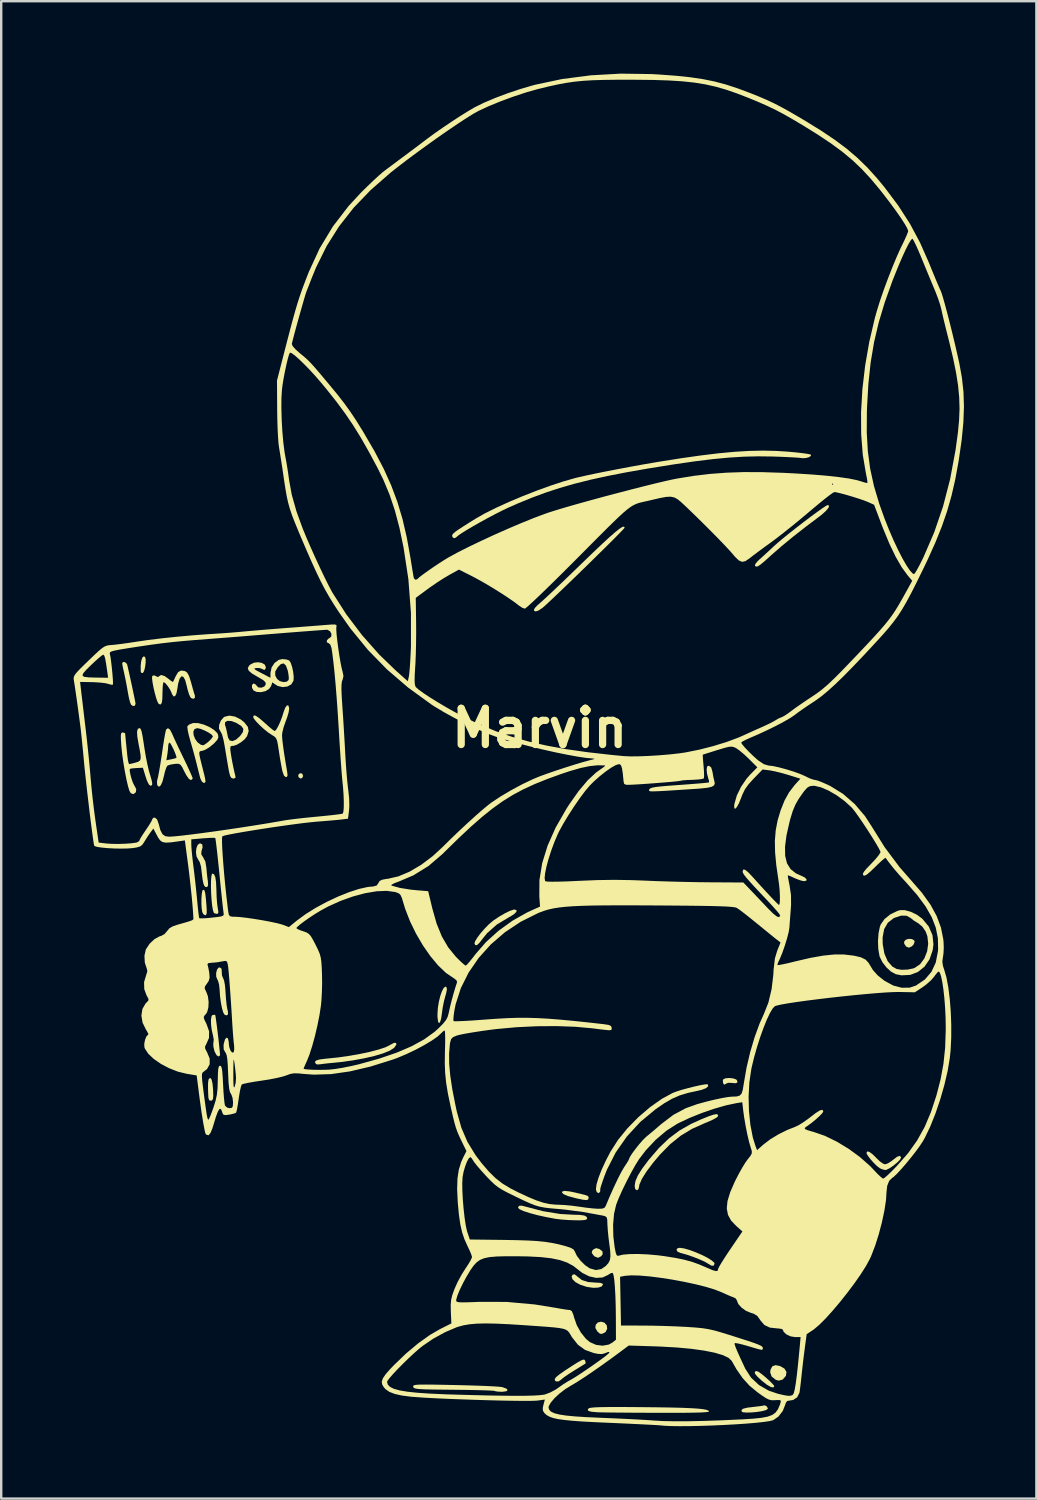
<source format=kicad_pcb>
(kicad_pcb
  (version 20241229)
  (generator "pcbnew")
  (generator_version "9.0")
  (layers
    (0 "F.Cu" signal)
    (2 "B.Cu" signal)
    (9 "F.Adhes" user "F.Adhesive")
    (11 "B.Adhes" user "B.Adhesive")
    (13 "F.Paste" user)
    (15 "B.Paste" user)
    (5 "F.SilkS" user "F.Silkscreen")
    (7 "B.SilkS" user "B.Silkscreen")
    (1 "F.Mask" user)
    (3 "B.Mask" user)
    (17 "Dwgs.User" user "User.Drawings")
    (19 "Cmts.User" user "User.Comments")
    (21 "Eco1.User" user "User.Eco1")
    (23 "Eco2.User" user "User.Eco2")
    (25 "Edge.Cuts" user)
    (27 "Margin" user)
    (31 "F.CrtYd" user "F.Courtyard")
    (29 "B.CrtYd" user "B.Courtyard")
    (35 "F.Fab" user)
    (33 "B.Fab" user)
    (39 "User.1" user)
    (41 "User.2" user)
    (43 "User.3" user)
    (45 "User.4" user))
  (footprint "Marvin"
    (layer "F.Cu")
    (at 19.302 27.109)
    (property "Reference" "Marvin" (at 0 0 0) (layer "F.SilkS") (effects (font (size 1.5 1.5) (thickness 0.3))))
    (attr board_only exclude_from_pos_files exclude_from_bom)
    (fp_poly (pts (xy -9.848 1.877) (xy -9.831 1.891) (xy -9.798 1.985) (xy -9.841 2.068) (xy -9.898 2.087) (xy -9.974 2.043) (xy -9.99 2.022) (xy -9.997 1.931) (xy -9.934 1.87)) (stroke (width 0) (type solid)) (fill yes) (layer "F.SilkS"))
    (fp_poly (pts (xy 2.476 21.574) (xy 2.6 21.67) (xy 2.61 21.787) (xy 2.552 21.87) (xy 2.422 21.938) (xy 2.284 21.887) (xy 2.24 21.848) (xy 2.157 21.735) (xy 2.177 21.643) (xy 2.238 21.583) (xy 2.342 21.537)) (stroke (width 0) (type solid)) (fill yes) (layer "F.SilkS"))
    (fp_poly (pts (xy 15.409 8.734) (xy 15.508 8.784) (xy 15.532 8.847) (xy 15.486 8.965) (xy 15.409 9.041) (xy 15.296 9.092) (xy 15.197 9.056) (xy 15.179 9.044) (xy 15.102 8.934) (xy 15.094 8.85) (xy 15.158 8.767) (xy 15.278 8.728)) (stroke (width 0) (type solid)) (fill yes) (layer "F.SilkS"))
    (fp_poly (pts (xy -16.345 -2.948) (xy -16.319 -2.855) (xy -16.321 -2.698) (xy -16.345 -2.521) (xy -16.384 -2.369) (xy -16.433 -2.285) (xy -16.441 -2.28) (xy -16.512 -2.303) (xy -16.522 -2.335) (xy -16.525 -2.581) (xy -16.502 -2.783) (xy -16.457 -2.921) (xy -16.397 -2.975)) (stroke (width 0) (type solid)) (fill yes) (layer "F.SilkS"))
    (fp_poly (pts (xy 2.681 24.624) (xy 2.779 24.732) (xy 2.797 24.876) (xy 2.735 25.004) (xy 2.687 25.04) (xy 2.571 25.092) (xy 2.492 25.078) (xy 2.39 24.987) (xy 2.389 24.987) (xy 2.307 24.845) (xy 2.321 24.712) (xy 2.408 24.616) (xy 2.547 24.584)) (stroke (width 0) (type solid)) (fill yes) (layer "F.SilkS"))
    (fp_poly (pts (xy 9.957 26.422) (xy 10.138 26.526) (xy 10.223 26.665) (xy 10.2 26.823) (xy 10.197 26.83) (xy 10.065 26.982) (xy 9.902 27.026) (xy 9.78 26.991) (xy 9.608 26.856) (xy 9.548 26.684) (xy 9.56 26.578) (xy 9.635 26.433) (xy 9.769 26.384)) (stroke (width 0) (type solid)) (fill yes) (layer "F.SilkS"))
    (fp_poly (pts (xy 8.005 14.505) (xy 8.134 14.548) (xy 8.164 14.573) (xy 8.198 14.661) (xy 8.134 14.707) (xy 7.99 14.699) (xy 7.962 14.693) (xy 7.805 14.69) (xy 7.721 14.727) (xy 7.643 14.767) (xy 7.598 14.707) (xy 7.587 14.591) (xy 7.6 14.551) (xy 7.688 14.505) (xy 7.84 14.49)) (stroke (width 0) (type solid)) (fill yes) (layer "F.SilkS"))
    (fp_poly (pts (xy -13.59 14.552) (xy -13.55 14.719) (xy -13.526 14.977) (xy -13.525 14.995) (xy -13.518 15.217) (xy -13.528 15.347) (xy -13.56 15.41) (xy -13.609 15.431) (xy -13.684 15.418) (xy -13.718 15.322) (xy -13.724 15.253) (xy -13.736 14.928) (xy -13.735 14.706) (xy -13.718 14.572) (xy -13.701 14.528) (xy -13.642 14.485)) (stroke (width 0) (type solid)) (fill yes) (layer "F.SilkS"))
    (fp_poly (pts (xy -13.876 6.74) (xy -13.849 6.854) (xy -13.826 7.055) (xy -13.805 7.289) (xy -13.79 7.527) (xy -13.793 7.669) (xy -13.816 7.736) (xy -13.853 7.751) (xy -13.933 7.701) (xy -13.974 7.617) (xy -13.999 7.463) (xy -14.01 7.261) (xy -14.008 7.049) (xy -13.994 6.861) (xy -13.97 6.737) (xy -13.952 6.707) (xy -13.908 6.697)) (stroke (width 0) (type solid)) (fill yes) (layer "F.SilkS"))
    (fp_poly (pts (xy 9.075 26.665) (xy 9.22 26.772) (xy 9.358 26.888) (xy 9.527 27.04) (xy 9.653 27.167) (xy 9.716 27.245) (xy 9.719 27.254) (xy 9.679 27.31) (xy 9.571 27.287) (xy 9.408 27.192) (xy 9.205 27.033) (xy 9.182 27.012) (xy 9.011 26.851) (xy 8.924 26.745) (xy 8.908 26.675) (xy 8.926 26.648) (xy 8.983 26.627)) (stroke (width 0) (type solid)) (fill yes) (layer "F.SilkS"))
    (fp_poly (pts (xy 1.251 19.19) (xy 1.439 19.229) (xy 1.705 19.291) (xy 1.875 19.333) (xy 1.972 19.366) (xy 2.015 19.398) (xy 2.027 19.436) (xy 2.027 19.465) (xy 2.009 19.523) (xy 1.941 19.546) (xy 1.804 19.535) (xy 1.579 19.488) (xy 1.473 19.463) (xy 1.173 19.38) (xy 0.99 19.303) (xy 0.923 19.231) (xy 0.941 19.188) (xy 1.041 19.166)) (stroke (width 0) (type solid)) (fill yes) (layer "F.SilkS"))
    (fp_poly (pts (xy -3.863 10.721) (xy -3.841 10.819) (xy -3.88 11.01) (xy -3.904 11.085) (xy -3.965 11.316) (xy -4.019 11.594) (xy -4.045 11.786) (xy -4.081 12.034) (xy -4.126 12.179) (xy -4.172 12.218) (xy -4.209 12.148) (xy -4.231 11.967) (xy -4.233 11.855) (xy -4.217 11.597) (xy -4.176 11.337) (xy -4.117 11.096) (xy -4.047 10.896) (xy -3.973 10.758) (xy -3.901 10.705)) (stroke (width 0) (type solid)) (fill yes) (layer "F.SilkS"))
    (fp_poly (pts (xy 1.535 22.688) (xy 1.556 22.709) (xy 1.747 22.858) (xy 1.995 22.94) (xy 2.31 22.964) (xy 2.514 22.976) (xy 2.611 23.012) (xy 2.623 23.042) (xy 2.57 23.125) (xy 2.427 23.172) (xy 2.22 23.181) (xy 1.974 23.146) (xy 1.938 23.138) (xy 1.682 23.054) (xy 1.484 22.946) (xy 1.36 22.827) (xy 1.325 22.713) (xy 1.363 22.642) (xy 1.436 22.617)) (stroke (width 0) (type solid)) (fill yes) (layer "F.SilkS"))
    (fp_poly (pts (xy 9.373 28.068) (xy 9.42 28.113) (xy 9.455 28.185) (xy 9.393 28.236) (xy 9.353 28.252) (xy 9.195 28.293) (xy 8.989 28.324) (xy 8.769 28.343) (xy 8.57 28.348) (xy 8.425 28.336) (xy 8.373 28.314) (xy 8.359 28.242) (xy 8.43 28.188) (xy 8.596 28.146) (xy 8.853 28.114) (xy 9.066 28.09) (xy 9.228 28.067) (xy 9.308 28.049) (xy 9.309 28.049)) (stroke (width 0) (type solid)) (fill yes) (layer "F.SilkS"))
    (fp_poly (pts (xy 5.976 21.548) (xy 6.201 21.612) (xy 6.454 21.705) (xy 6.708 21.815) (xy 6.938 21.93) (xy 7.119 22.041) (xy 7.226 22.134) (xy 7.244 22.176) (xy 7.209 22.265) (xy 7.109 22.261) (xy 6.976 22.181) (xy 6.842 22.102) (xy 6.629 22.006) (xy 6.373 21.905) (xy 6.111 21.814) (xy 5.879 21.748) (xy 5.828 21.736) (xy 5.706 21.68) (xy 5.666 21.603) (xy 5.713 21.541) (xy 5.802 21.524)) (stroke (width 0) (type solid)) (fill yes) (layer "F.SilkS"))
    (fp_poly (pts (xy -13.484 6.057) (xy -13.435 6.171) (xy -13.404 6.375) (xy -13.389 6.684) (xy -13.388 6.738) (xy -13.379 7.004) (xy -13.36 7.254) (xy -13.336 7.44) (xy -13.331 7.468) (xy -13.306 7.616) (xy -13.325 7.68) (xy -13.374 7.692) (xy -13.474 7.667) (xy -13.496 7.646) (xy -13.534 7.533) (xy -13.566 7.343) (xy -13.59 7.102) (xy -13.607 6.836) (xy -13.615 6.57) (xy -13.613 6.332) (xy -13.599 6.145) (xy -13.574 6.038) (xy -13.556 6.022)) (stroke (width 0) (type solid)) (fill yes) (layer "F.SilkS"))
    (fp_poly (pts (xy -0.958 7.538) (xy -0.964 7.606) (xy -1.054 7.699) (xy -1.216 7.804) (xy -1.274 7.834) (xy -1.771 8.132) (xy -2.174 8.489) (xy -2.347 8.702) (xy -2.495 8.893) (xy -2.597 8.986) (xy -2.664 8.987) (xy -2.699 8.929) (xy -2.678 8.836) (xy -2.588 8.685) (xy -2.45 8.501) (xy -2.282 8.306) (xy -2.103 8.124) (xy -1.932 7.979) (xy -1.924 7.973) (xy -1.679 7.808) (xy -1.436 7.667) (xy -1.224 7.564) (xy -1.071 7.515) (xy -1.046 7.513)) (stroke (width 0) (type solid)) (fill yes) (layer "F.SilkS"))
    (fp_poly (pts (xy -0.636 19.804) (xy 0.139 20.007) (xy 0.855 20.123) (xy 1.393 20.153) (xy 1.672 20.161) (xy 1.85 20.188) (xy 1.943 20.238) (xy 1.968 20.308) (xy 1.941 20.351) (xy 1.849 20.375) (xy 1.672 20.385) (xy 1.476 20.384) (xy 1.191 20.374) (xy 0.903 20.353) (xy 0.67 20.325) (xy 0.656 20.323) (xy 0.264 20.25) (xy -0.097 20.17) (xy -0.41 20.086) (xy -0.659 20.005) (xy -0.826 19.931) (xy -0.894 19.87) (xy -0.894 19.864) (xy -0.859 19.786) (xy -0.746 19.777)) (stroke (width 0) (type solid)) (fill yes) (layer "F.SilkS"))
    (fp_poly (pts (xy 1.853 26.159) (xy 1.882 26.194) (xy 1.886 26.203) (xy 1.907 26.293) (xy 1.9 26.316) (xy 1.843 26.352) (xy 1.708 26.435) (xy 1.52 26.551) (xy 1.424 26.61) (xy 1.211 26.746) (xy 1.032 26.868) (xy 0.917 26.958) (xy 0.895 26.979) (xy 0.785 27.057) (xy 0.676 27.058) (xy 0.634 27.022) (xy 0.624 26.962) (xy 0.674 26.887) (xy 0.797 26.783) (xy 1.008 26.635) (xy 1.043 26.611) (xy 1.343 26.414) (xy 1.559 26.277) (xy 1.706 26.194) (xy 1.799 26.157)) (stroke (width 0) (type solid)) (fill yes) (layer "F.SilkS"))
    (fp_poly (pts (xy -17.173 -2.73) (xy -17.101 -2.668) (xy -17.087 -2.638) (xy -17.064 -2.546) (xy -17.023 -2.366) (xy -16.969 -2.126) (xy -16.91 -1.854) (xy -16.851 -1.579) (xy -16.799 -1.33) (xy -16.759 -1.134) (xy -16.738 -1.021) (xy -16.737 -1.02) (xy -16.763 -0.932) (xy -16.844 -0.916) (xy -16.921 -0.969) (xy -16.963 -1.065) (xy -17.01 -1.242) (xy -17.052 -1.46) (xy -17.052 -1.463) (xy -17.102 -1.749) (xy -17.162 -2.057) (xy -17.204 -2.255) (xy -17.249 -2.457) (xy -17.281 -2.614) (xy -17.291 -2.687) (xy -17.253 -2.741)) (stroke (width 0) (type solid)) (fill yes) (layer "F.SilkS"))
    (fp_poly (pts (xy -13.439 11.881) (xy -13.425 11.944) (xy -13.402 12.1) (xy -13.372 12.322) (xy -13.339 12.584) (xy -13.306 12.86) (xy -13.277 13.123) (xy -13.254 13.348) (xy -13.24 13.508) (xy -13.238 13.55) (xy -13.284 13.591) (xy -13.317 13.594) (xy -13.383 13.543) (xy -13.454 13.414) (xy -13.474 13.36) (xy -13.514 13.187) (xy -13.518 13.048) (xy -13.511 13.023) (xy -13.5 12.895) (xy -13.528 12.736) (xy -13.581 12.51) (xy -13.61 12.28) (xy -13.614 12.077) (xy -13.591 11.933) (xy -13.554 11.883) (xy -13.461 11.871)) (stroke (width 0) (type solid)) (fill yes) (layer "F.SilkS"))
    (fp_poly (pts (xy -13.975 4.814) (xy -13.962 4.942) (xy -14.009 5.098) (xy -14.015 5.23) (xy -13.94 5.346) (xy -13.845 5.529) (xy -13.803 5.795) (xy -13.783 6.027) (xy -13.757 6.248) (xy -13.743 6.33) (xy -13.733 6.496) (xy -13.77 6.584) (xy -13.842 6.578) (xy -13.889 6.533) (xy -13.927 6.435) (xy -13.964 6.255) (xy -13.991 6.031) (xy -13.993 6.012) (xy -14.027 5.732) (xy -14.081 5.546) (xy -14.143 5.447) (xy -14.212 5.313) (xy -14.235 5.141) (xy -14.217 4.968) (xy -14.162 4.832) (xy -14.075 4.771) (xy -14.065 4.77)) (stroke (width 0) (type solid)) (fill yes) (layer "F.SilkS"))
    (fp_poly (pts (xy -13.174 9.966) (xy -13.167 10.096) (xy -13.157 10.25) (xy -13.113 10.35) (xy -13.071 10.453) (xy -13.037 10.634) (xy -13.02 10.809) (xy -12.993 11.204) (xy -12.962 11.493) (xy -12.925 11.691) (xy -12.913 11.733) (xy -12.907 11.855) (xy -12.972 11.898) (xy -13.05 11.87) (xy -13.103 11.784) (xy -13.156 11.606) (xy -13.203 11.367) (xy -13.239 11.095) (xy -13.257 10.817) (xy -13.257 10.817) (xy -13.278 10.621) (xy -13.321 10.464) (xy -13.348 10.415) (xy -13.397 10.295) (xy -13.4 10.145) (xy -13.365 10.006) (xy -13.3 9.92) (xy -13.248 9.91)) (stroke (width 0) (type solid)) (fill yes) (layer "F.SilkS"))
    (fp_poly (pts (xy 13.663 17.555) (xy 13.805 17.662) (xy 13.939 17.798) (xy 14.091 17.944) (xy 14.229 18.041) (xy 14.304 18.066) (xy 14.421 18.028) (xy 14.572 17.933) (xy 14.629 17.887) (xy 14.806 17.752) (xy 14.919 17.714) (xy 14.965 17.773) (xy 14.966 17.795) (xy 14.92 17.879) (xy 14.803 17.996) (xy 14.649 18.122) (xy 14.49 18.23) (xy 14.359 18.294) (xy 14.316 18.303) (xy 14.19 18.273) (xy 14.09 18.228) (xy 13.977 18.142) (xy 13.838 18.006) (xy 13.7 17.851) (xy 13.591 17.707) (xy 13.537 17.607) (xy 13.535 17.595) (xy 13.569 17.53)) (stroke (width 0) (type solid)) (fill yes) (layer "F.SilkS"))
    (fp_poly (pts (xy -5.947 13.037) (xy -5.933 13.104) (xy -6.012 13.222) (xy -6.043 13.253) (xy -6.216 13.362) (xy -6.49 13.472) (xy -6.847 13.578) (xy -7.27 13.676) (xy -7.74 13.762) (xy -8.24 13.83) (xy -8.556 13.862) (xy -8.785 13.884) (xy -8.981 13.907) (xy -9.099 13.924) (xy -9.216 13.929) (xy -9.263 13.911) (xy -9.311 13.83) (xy -9.264 13.768) (xy -9.116 13.723) (xy -8.857 13.69) (xy -8.81 13.686) (xy -8.351 13.639) (xy -7.888 13.573) (xy -7.44 13.494) (xy -7.027 13.406) (xy -6.67 13.312) (xy -6.389 13.219) (xy -6.204 13.128) (xy -6.189 13.118) (xy -6.039 13.036)) (stroke (width 0) (type solid)) (fill yes) (layer "F.SilkS"))
    (fp_poly (pts (xy 7.375 16.004) (xy 7.393 16.06) (xy 7.393 16.063) (xy 7.339 16.123) (xy 7.188 16.209) (xy 6.956 16.314) (xy 6.834 16.363) (xy 6.311 16.597) (xy 5.845 16.879) (xy 5.411 17.227) (xy 4.986 17.66) (xy 4.701 17.998) (xy 4.424 18.366) (xy 4.233 18.671) (xy 4.131 18.908) (xy 4.114 19.018) (xy 4.077 19.117) (xy 4.025 19.139) (xy 3.954 19.087) (xy 3.935 18.958) (xy 3.967 18.761) (xy 4.069 18.526) (xy 4.247 18.242) (xy 4.508 17.894) (xy 4.52 17.879) (xy 4.94 17.39) (xy 5.353 16.994) (xy 5.786 16.669) (xy 6.267 16.394) (xy 6.699 16.198) (xy 6.99 16.081) (xy 7.189 16.012) (xy 7.313 15.987)) (stroke (width 0) (type solid)) (fill yes) (layer "F.SilkS"))
    (fp_poly (pts (xy 11.99 -9.21) (xy 11.961 -9.123) (xy 11.854 -8.995) (xy 11.681 -8.839) (xy 11.566 -8.751) (xy 11.023 -8.342) (xy 10.496 -7.929) (xy 10.013 -7.531) (xy 9.6 -7.172) (xy 9.553 -7.129) (xy 9.319 -6.918) (xy 9.155 -6.781) (xy 9.046 -6.707) (xy 8.976 -6.688) (xy 8.931 -6.714) (xy 8.916 -6.735) (xy 8.936 -6.803) (xy 9.027 -6.914) (xy 9.105 -6.988) (xy 9.256 -7.123) (xy 9.455 -7.306) (xy 9.667 -7.503) (xy 9.718 -7.55) (xy 9.877 -7.692) (xy 10.094 -7.873) (xy 10.351 -8.081) (xy 10.634 -8.304) (xy 10.924 -8.528) (xy 11.206 -8.742) (xy 11.464 -8.932) (xy 11.681 -9.088) (xy 11.84 -9.194) (xy 11.926 -9.241) (xy 11.932 -9.242)) (stroke (width 0) (type solid)) (fill yes) (layer "F.SilkS"))
    (fp_poly (pts (xy 3.675 28.119) (xy 4.187 28.123) (xy 4.87 28.13) (xy 5.441 28.139) (xy 5.91 28.151) (xy 6.284 28.167) (xy 6.572 28.186) (xy 6.781 28.21) (xy 6.92 28.238) (xy 6.997 28.272) (xy 7.018 28.299) (xy 6.987 28.317) (xy 6.876 28.332) (xy 6.678 28.344) (xy 6.387 28.352) (xy 5.997 28.357) (xy 5.501 28.359) (xy 4.892 28.358) (xy 4.847 28.358) (xy 4.335 28.356) (xy 3.85 28.354) (xy 3.409 28.35) (xy 3.026 28.347) (xy 2.717 28.343) (xy 2.497 28.338) (xy 2.385 28.335) (xy 2.153 28.314) (xy 2.026 28.283) (xy 1.99 28.238) (xy 2.019 28.183) (xy 2.059 28.162) (xy 2.147 28.145) (xy 2.295 28.132) (xy 2.511 28.124) (xy 2.806 28.119) (xy 3.191 28.117)) (stroke (width 0) (type solid)) (fill yes) (layer "F.SilkS"))
    (fp_poly (pts (xy 3.517 -8.313) (xy 3.518 -8.301) (xy 3.477 -8.25) (xy 3.36 -8.127) (xy 3.181 -7.944) (xy 2.948 -7.711) (xy 2.674 -7.439) (xy 2.369 -7.139) (xy 2.046 -6.821) (xy 1.714 -6.498) (xy 1.385 -6.179) (xy 1.071 -5.876) (xy 0.782 -5.599) (xy 0.53 -5.359) (xy 0.325 -5.167) (xy 0.179 -5.035) (xy 0.13 -4.992) (xy -0.042 -4.874) (xy -0.168 -4.832) (xy -0.233 -4.87) (xy -0.238 -4.904) (xy -0.195 -4.98) (xy -0.084 -5.097) (xy 0.02 -5.187) (xy 0.123 -5.278) (xy 0.3 -5.441) (xy 0.538 -5.664) (xy 0.826 -5.937) (xy 1.151 -6.249) (xy 1.502 -6.587) (xy 1.78 -6.857) (xy 2.228 -7.289) (xy 2.598 -7.64) (xy 2.897 -7.915) (xy 3.13 -8.119) (xy 3.302 -8.256) (xy 3.421 -8.331) (xy 3.49 -8.348)) (stroke (width 0) (type solid)) (fill yes) (layer "F.SilkS"))
    (fp_poly (pts (xy -4.392 27.191) (xy -3.993 27.198) (xy -3.509 27.208) (xy -3.054 27.219) (xy -2.628 27.232) (xy -2.25 27.246) (xy -1.936 27.261) (xy -1.703 27.276) (xy -1.569 27.29) (xy -1.555 27.293) (xy -1.383 27.353) (xy -1.325 27.415) (xy -1.379 27.464) (xy -1.545 27.487) (xy -1.565 27.487) (xy -1.733 27.48) (xy -1.844 27.462) (xy -1.863 27.452) (xy -1.929 27.443) (xy -2.099 27.433) (xy -2.357 27.424) (xy -2.688 27.416) (xy -3.076 27.409) (xy -3.505 27.404) (xy -3.557 27.403) (xy -4.046 27.398) (xy -4.429 27.393) (xy -4.719 27.387) (xy -4.929 27.377) (xy -5.072 27.365) (xy -5.162 27.348) (xy -5.211 27.326) (xy -5.233 27.298) (xy -5.238 27.28) (xy -5.239 27.249) (xy -5.22 27.225) (xy -5.169 27.207) (xy -5.073 27.195) (xy -4.92 27.189) (xy -4.698 27.188)) (stroke (width 0) (type solid)) (fill yes) (layer "F.SilkS"))
    (fp_poly (pts (xy 6.964 14.755) (xy 6.981 14.832) (xy 6.892 14.911) (xy 6.712 14.981) (xy 6.549 15.02) (xy 6.136 15.109) (xy 5.793 15.214) (xy 5.479 15.352) (xy 5.157 15.54) (xy 4.8 15.785) (xy 4.168 16.31) (xy 3.614 16.911) (xy 3.15 17.575) (xy 2.787 18.287) (xy 2.69 18.534) (xy 2.609 18.76) (xy 2.548 18.942) (xy 2.516 19.052) (xy 2.513 19.071) (xy 2.504 19.205) (xy 2.446 19.259) (xy 2.365 19.219) (xy 2.33 19.104) (xy 2.355 18.901) (xy 2.436 18.624) (xy 2.569 18.285) (xy 2.749 17.896) (xy 2.94 17.531) (xy 3.247 17.053) (xy 3.637 16.573) (xy 4.087 16.114) (xy 4.572 15.699) (xy 5.065 15.351) (xy 5.505 15.112) (xy 5.667 15.05) (xy 5.889 14.98) (xy 6.143 14.91) (xy 6.402 14.845) (xy 6.64 14.792) (xy 6.83 14.758) (xy 6.945 14.749)) (stroke (width 0) (type solid)) (fill yes) (layer "F.SilkS"))
    (fp_poly (pts (xy 7.021 1.562) (xy 7.107 1.633) (xy 7.158 1.811) (xy 7.159 1.819) (xy 7.191 2.005) (xy 7.226 2.157) (xy 7.232 2.176) (xy 7.254 2.289) (xy 7.223 2.371) (xy 7.125 2.429) (xy 6.944 2.47) (xy 6.667 2.5) (xy 6.488 2.513) (xy 5.955 2.548) (xy 5.528 2.576) (xy 5.196 2.597) (xy 4.948 2.61) (xy 4.77 2.617) (xy 4.652 2.619) (xy 4.581 2.614) (xy 4.545 2.604) (xy 4.533 2.589) (xy 4.531 2.576) (xy 4.541 2.531) (xy 4.58 2.495) (xy 4.662 2.465) (xy 4.803 2.439) (xy 5.016 2.414) (xy 5.315 2.388) (xy 5.716 2.358) (xy 5.826 2.351) (xy 6.186 2.324) (xy 6.503 2.299) (xy 6.759 2.277) (xy 6.935 2.259) (xy 7.014 2.247) (xy 7.016 2.246) (xy 7.014 2.18) (xy 6.978 2.061) (xy 6.931 1.875) (xy 6.916 1.721) (xy 6.933 1.594) (xy 6.992 1.558)) (stroke (width 0) (type solid)) (fill yes) (layer "F.SilkS"))
    (fp_poly (pts (xy -10.378 -0.848) (xy -10.376 -0.79) (xy -10.399 -0.648) (xy -10.459 -0.446) (xy -10.525 -0.268) (xy -10.604 -0.044) (xy -10.657 0.171) (xy -10.671 0.298) (xy -10.66 0.464) (xy -10.63 0.722) (xy -10.584 1.048) (xy -10.525 1.418) (xy -10.459 1.804) (xy -10.442 1.953) (xy -10.467 2.017) (xy -10.512 2.027) (xy -10.584 1.977) (xy -10.645 1.82) (xy -10.67 1.714) (xy -10.711 1.5) (xy -10.759 1.223) (xy -10.803 0.937) (xy -10.809 0.899) (xy -10.847 0.654) (xy -10.883 0.497) (xy -10.93 0.401) (xy -11.002 0.335) (xy -11.09 0.283) (xy -11.244 0.181) (xy -11.422 0.037) (xy -11.597 -0.124) (xy -11.746 -0.279) (xy -11.842 -0.403) (xy -11.865 -0.46) (xy -11.841 -0.527) (xy -11.761 -0.515) (xy -11.621 -0.42) (xy -11.411 -0.239) (xy -11.378 -0.209) (xy -11.207 -0.056) (xy -11.067 0.059) (xy -10.983 0.116) (xy -10.973 0.119) (xy -10.914 0.067) (xy -10.834 -0.07) (xy -10.745 -0.263) (xy -10.661 -0.484) (xy -10.604 -0.671) (xy -10.539 -0.846) (xy -10.47 -0.939) (xy -10.411 -0.942)) (stroke (width 0) (type solid)) (fill yes) (layer "F.SilkS"))
    (fp_poly (pts (xy 15.371 7.606) (xy 15.624 7.728) (xy 15.843 7.889) (xy 15.848 7.894) (xy 16.116 8.216) (xy 16.27 8.573) (xy 16.31 8.957) (xy 16.279 9.196) (xy 16.148 9.577) (xy 15.939 9.88) (xy 15.668 10.098) (xy 15.347 10.22) (xy 14.99 10.238) (xy 14.749 10.191) (xy 14.559 10.089) (xy 14.363 9.91) (xy 14.194 9.691) (xy 14.084 9.467) (xy 14.076 9.44) (xy 14.026 9.153) (xy 14.013 8.825) (xy 14.024 8.669) (xy 14.204 8.669) (xy 14.209 8.95) (xy 14.279 9.341) (xy 14.414 9.652) (xy 14.607 9.874) (xy 14.787 9.975) (xy 14.988 10.009) (xy 15.237 10.001) (xy 15.472 9.953) (xy 15.53 9.932) (xy 15.759 9.776) (xy 15.934 9.538) (xy 16.049 9.247) (xy 16.093 8.93) (xy 16.059 8.618) (xy 15.985 8.418) (xy 15.848 8.221) (xy 15.681 8.081) (xy 15.666 8.073) (xy 15.502 7.973) (xy 15.37 7.867) (xy 15.366 7.863) (xy 15.197 7.769) (xy 14.97 7.766) (xy 14.702 7.854) (xy 14.66 7.874) (xy 14.421 8.059) (xy 14.269 8.323) (xy 14.204 8.669) (xy 14.024 8.669) (xy 14.036 8.499) (xy 14.092 8.223) (xy 14.127 8.13) (xy 14.285 7.906) (xy 14.527 7.711) (xy 14.818 7.571) (xy 14.924 7.539) (xy 15.125 7.538)) (stroke (width 0) (type solid)) (fill yes) (layer "F.SilkS"))
    (fp_poly (pts (xy -12.615 -0.478) (xy -12.376 -0.357) (xy -12.226 -0.232) (xy -12.086 -0.052) (xy -12.052 0.122) (xy -12.117 0.326) (xy -12.128 0.346) (xy -12.227 0.47) (xy -12.379 0.591) (xy -12.545 0.688) (xy -12.689 0.736) (xy -12.745 0.733) (xy -12.803 0.758) (xy -12.816 0.845) (xy -12.802 0.981) (xy -12.769 1.193) (xy -12.724 1.44) (xy -12.674 1.683) (xy -12.629 1.881) (xy -12.609 1.953) (xy -12.596 2.055) (xy -12.663 2.086) (xy -12.689 2.087) (xy -12.766 2.065) (xy -12.819 1.983) (xy -12.864 1.813) (xy -12.871 1.774) (xy -12.907 1.577) (xy -12.953 1.306) (xy -13.003 1.004) (xy -13.03 0.835) (xy -13.092 0.497) (xy -13.154 0.264) (xy -13.214 0.143) (xy -13.223 0.135) (xy -13.283 0.021) (xy -13.273 -0.14) (xy -13.269 -0.15) (xy -13.036 -0.15) (xy -13.032 -0.139) (xy -12.993 -0.009) (xy -12.968 0.095) (xy -12.931 0.274) (xy -12.908 0.388) (xy -12.84 0.51) (xy -12.722 0.537) (xy -12.569 0.471) (xy -12.407 0.325) (xy -12.291 0.161) (xy -12.273 0.028) (xy -12.359 -0.09) (xy -12.556 -0.212) (xy -12.588 -0.229) (xy -12.778 -0.295) (xy -12.932 -0.302) (xy -13.026 -0.251) (xy -13.036 -0.15) (xy -13.269 -0.15) (xy -13.206 -0.309) (xy -13.092 -0.443) (xy -13.05 -0.472) (xy -12.85 -0.519)) (stroke (width 0) (type solid)) (fill yes) (layer "F.SilkS"))
    (fp_poly (pts (xy -15.311 0.063) (xy -15.227 0.224) (xy -15.168 0.358) (xy -15.069 0.573) (xy -14.942 0.843) (xy -14.799 1.14) (xy -14.753 1.235) (xy -14.617 1.517) (xy -14.503 1.764) (xy -14.419 1.953) (xy -14.374 2.065) (xy -14.369 2.084) (xy -14.418 2.139) (xy -14.46 2.146) (xy -14.532 2.096) (xy -14.628 1.961) (xy -14.713 1.804) (xy -14.804 1.618) (xy -14.874 1.518) (xy -14.95 1.478) (xy -15.062 1.477) (xy -15.115 1.482) (xy -15.284 1.508) (xy -15.406 1.548) (xy -15.422 1.558) (xy -15.468 1.643) (xy -15.522 1.808) (xy -15.566 1.997) (xy -15.626 2.224) (xy -15.696 2.372) (xy -15.766 2.428) (xy -15.827 2.38) (xy -15.839 2.353) (xy -15.851 2.227) (xy -15.834 2.131) (xy -15.803 2.006) (xy -15.765 1.81) (xy -15.718 1.533) (xy -15.686 1.33) (xy -15.461 1.33) (xy -15.263 1.291) (xy -15.123 1.258) (xy -15.047 1.233) (xy -15.044 1.231) (xy -15.051 1.166) (xy -15.097 1.034) (xy -15.166 0.874) (xy -15.241 0.723) (xy -15.304 0.62) (xy -15.331 0.596) (xy -15.372 0.647) (xy -15.384 0.73) (xy -15.394 0.879) (xy -15.418 1.068) (xy -15.423 1.097) (xy -15.461 1.33) (xy -15.686 1.33) (xy -15.66 1.161) (xy -15.596 0.727) (xy -15.555 0.467) (xy -15.516 0.249) (xy -15.485 0.102) (xy -15.471 0.057) (xy -15.395 0.001)) (stroke (width 0) (type solid)) (fill yes) (layer "F.SilkS"))
    (fp_poly (pts (xy -14.698 -2.366) (xy -14.6 -2.3) (xy -14.523 -2.164) (xy -14.45 -1.937) (xy -14.432 -1.872) (xy -14.372 -1.653) (xy -14.319 -1.47) (xy -14.283 -1.363) (xy -14.283 -1.362) (xy -14.278 -1.258) (xy -14.343 -1.213) (xy -14.435 -1.248) (xy -14.467 -1.283) (xy -14.521 -1.399) (xy -14.579 -1.586) (xy -14.616 -1.744) (xy -14.683 -1.994) (xy -14.76 -2.128) (xy -14.838 -2.147) (xy -14.912 -2.052) (xy -14.972 -1.846) (xy -15.002 -1.655) (xy -15.042 -1.445) (xy -15.098 -1.328) (xy -15.162 -1.313) (xy -15.225 -1.406) (xy -15.238 -1.445) (xy -15.301 -1.582) (xy -15.395 -1.73) (xy -15.493 -1.851) (xy -15.568 -1.907) (xy -15.573 -1.908) (xy -15.596 -1.853) (xy -15.614 -1.709) (xy -15.621 -1.503) (xy -15.622 -1.464) (xy -15.629 -1.201) (xy -15.653 -1.044) (xy -15.699 -0.98) (xy -15.77 -0.998) (xy -15.777 -1.003) (xy -15.825 -1.082) (xy -15.883 -1.244) (xy -15.941 -1.456) (xy -15.995 -1.685) (xy -16.035 -1.9) (xy -16.055 -2.07) (xy -16.047 -2.162) (xy -16.043 -2.166) (xy -15.952 -2.186) (xy -15.898 -2.153) (xy -15.807 -2.115) (xy -15.772 -2.144) (xy -15.679 -2.203) (xy -15.533 -2.157) (xy -15.385 -2.05) (xy -15.267 -1.957) (xy -15.194 -1.915) (xy -15.185 -1.915) (xy -15.154 -1.979) (xy -15.093 -2.11) (xy -15.069 -2.161) (xy -14.974 -2.32) (xy -14.868 -2.381) (xy -14.833 -2.384)) (stroke (width 0) (type solid)) (fill yes) (layer "F.SilkS"))
    (fp_poly (pts (xy -14.149 -0.209) (xy -13.918 -0.15) (xy -13.686 -0.051) (xy -13.486 0.073) (xy -13.352 0.205) (xy -13.319 0.274) (xy -13.308 0.382) (xy -13.349 0.481) (xy -13.46 0.605) (xy -13.525 0.667) (xy -13.696 0.804) (xy -13.867 0.903) (xy -13.951 0.933) (xy -14.026 0.946) (xy -14.075 0.964) (xy -14.098 1.006) (xy -14.095 1.091) (xy -14.065 1.238) (xy -14.009 1.466) (xy -13.944 1.724) (xy -13.881 1.976) (xy -13.848 2.135) (xy -13.841 2.221) (xy -13.862 2.258) (xy -13.908 2.266) (xy -13.92 2.266) (xy -13.993 2.212) (xy -14.057 2.073) (xy -14.065 2.042) (xy -14.111 1.862) (xy -14.171 1.625) (xy -14.219 1.431) (xy -14.283 1.184) (xy -14.366 0.881) (xy -14.453 0.58) (xy -14.469 0.526) (xy -14.534 0.286) (xy -14.564 0.148) (xy -14.344 0.148) (xy -14.331 0.292) (xy -14.27 0.447) (xy -14.17 0.587) (xy -14.04 0.684) (xy -13.942 0.712) (xy -13.875 0.679) (xy -13.757 0.593) (xy -13.718 0.561) (xy -13.601 0.446) (xy -13.538 0.352) (xy -13.535 0.335) (xy -13.585 0.269) (xy -13.711 0.184) (xy -13.877 0.098) (xy -14.044 0.03) (xy -14.177 0.000238) (xy -14.186 0) (xy -14.298 0.041) (xy -14.344 0.148) (xy -14.564 0.148) (xy -14.578 0.083) (xy -14.593 -0.052) (xy -14.589 -0.082) (xy -14.512 -0.152) (xy -14.368 -0.207) (xy -14.344 -0.212)) (stroke (width 0) (type solid)) (fill yes) (layer "F.SilkS"))
    (fp_poly (pts (xy -16.544 0.013) (xy -16.511 0.064) (xy -16.48 0.169) (xy -16.445 0.347) (xy -16.402 0.614) (xy -16.366 0.855) (xy -16.314 1.167) (xy -16.252 1.481) (xy -16.189 1.75) (xy -16.156 1.868) (xy -16.082 2.115) (xy -16.048 2.269) (xy -16.053 2.352) (xy -16.095 2.383) (xy -16.123 2.385) (xy -16.189 2.329) (xy -16.265 2.174) (xy -16.32 2.012) (xy -16.433 1.64) (xy -16.69 1.652) (xy -16.853 1.664) (xy -16.957 1.682) (xy -16.972 1.688) (xy -16.98 1.765) (xy -16.954 1.912) (xy -16.906 2.09) (xy -16.848 2.258) (xy -16.789 2.377) (xy -16.776 2.394) (xy -16.709 2.527) (xy -16.725 2.653) (xy -16.816 2.728) (xy -16.83 2.731) (xy -16.933 2.696) (xy -16.992 2.596) (xy -17.051 2.399) (xy -17.117 2.115) (xy -17.183 1.777) (xy -17.243 1.416) (xy -17.293 1.064) (xy -17.325 0.753) (xy -17.327 0.73) (xy -17.344 0.47) (xy -17.347 0.307) (xy -17.333 0.218) (xy -17.301 0.183) (xy -17.27 0.179) (xy -17.183 0.201) (xy -17.168 0.224) (xy -17.159 0.334) (xy -17.14 0.531) (xy -17.115 0.782) (xy -17.087 1.056) (xy -17.081 1.118) (xy -17.056 1.311) (xy -17.027 1.445) (xy -17.003 1.49) (xy -16.925 1.475) (xy -16.78 1.439) (xy -16.74 1.428) (xy -16.627 1.392) (xy -16.557 1.343) (xy -16.525 1.261) (xy -16.528 1.124) (xy -16.563 0.909) (xy -16.612 0.658) (xy -16.665 0.348) (xy -16.675 0.141) (xy -16.642 0.029) (xy -16.581 0)) (stroke (width 0) (type solid)) (fill yes) (layer "F.SilkS"))
    (fp_poly (pts (xy 9.784 -11.483) (xy 10.239 -11.455) (xy 10.563 -11.426) (xy 10.847 -11.395) (xy 11.067 -11.365) (xy 11.202 -11.339) (xy 11.234 -11.326) (xy 11.233 -11.273) (xy 11.15 -11.222) (xy 11.021 -11.187) (xy 10.883 -11.181) (xy 10.84 -11.187) (xy 10.738 -11.2) (xy 10.538 -11.213) (xy 10.263 -11.227) (xy 9.936 -11.241) (xy 9.629 -11.251) (xy 9.046 -11.258) (xy 8.459 -11.244) (xy 7.848 -11.207) (xy 7.191 -11.145) (xy 6.466 -11.056) (xy 5.652 -10.939) (xy 5.463 -10.91) (xy 4.48 -10.752) (xy 3.602 -10.598) (xy 2.812 -10.444) (xy 2.096 -10.287) (xy 1.439 -10.122) (xy 0.826 -9.946) (xy 0.242 -9.754) (xy -0.328 -9.543) (xy -0.9 -9.308) (xy -1.312 -9.127) (xy -1.565 -9.006) (xy -1.859 -8.856) (xy -2.174 -8.689) (xy -2.491 -8.514) (xy -2.791 -8.343) (xy -3.054 -8.187) (xy -3.262 -8.056) (xy -3.394 -7.962) (xy -3.431 -7.925) (xy -3.511 -7.87) (xy -3.595 -7.888) (xy -3.627 -7.966) (xy -3.626 -7.974) (xy -3.61 -8.019) (xy -3.57 -8.069) (xy -3.493 -8.134) (xy -3.365 -8.225) (xy -3.173 -8.35) (xy -2.903 -8.521) (xy -2.624 -8.694) (xy -2.255 -8.903) (xy -1.796 -9.131) (xy -1.271 -9.37) (xy -0.705 -9.608) (xy -0.123 -9.836) (xy 0.45 -10.044) (xy 0.99 -10.221) (xy 1.472 -10.359) (xy 1.55 -10.378) (xy 1.859 -10.449) (xy 2.261 -10.535) (xy 2.731 -10.63) (xy 3.244 -10.729) (xy 3.774 -10.829) (xy 4.297 -10.924) (xy 4.788 -11.008) (xy 4.919 -11.03) (xy 5.845 -11.177) (xy 6.67 -11.294) (xy 7.409 -11.384) (xy 8.075 -11.446) (xy 8.683 -11.483) (xy 9.248 -11.495)) (stroke (width 0) (type solid)) (fill yes) (layer "F.SilkS"))
    (fp_poly (pts (xy -10.491 -2.844) (xy -10.377 -2.805) (xy -10.314 -2.713) (xy -10.255 -2.542) (xy -10.21 -2.334) (xy -10.187 -2.13) (xy -10.195 -1.97) (xy -10.196 -1.965) (xy -10.286 -1.814) (xy -10.448 -1.724) (xy -10.647 -1.7) (xy -10.852 -1.749) (xy -10.986 -1.834) (xy -11.064 -1.893) (xy -11.089 -1.867) (xy -11.09 -1.839) (xy -11.128 -1.735) (xy -11.212 -1.621) (xy -11.356 -1.532) (xy -11.546 -1.49) (xy -11.731 -1.502) (xy -11.853 -1.562) (xy -11.914 -1.67) (xy -11.917 -1.78) (xy -11.864 -1.845) (xy -11.842 -1.848) (xy -11.751 -1.8) (xy -11.723 -1.755) (xy -11.644 -1.684) (xy -11.52 -1.677) (xy -11.402 -1.725) (xy -11.342 -1.819) (xy -11.36 -1.902) (xy -11.45 -1.99) (xy -11.631 -2.098) (xy -11.666 -2.117) (xy -11.912 -2.26) (xy -12.051 -2.379) (xy -12.089 -2.486) (xy -12.033 -2.59) (xy -11.986 -2.633) (xy -11.834 -2.71) (xy -11.662 -2.73) (xy -11.502 -2.701) (xy -11.385 -2.63) (xy -11.34 -2.525) (xy -11.351 -2.472) (xy -11.401 -2.406) (xy -11.475 -2.442) (xy -11.594 -2.488) (xy -11.727 -2.492) (xy -11.805 -2.477) (xy -11.815 -2.45) (xy -11.745 -2.399) (xy -11.583 -2.31) (xy -11.522 -2.279) (xy -11.15 -2.085) (xy -11.15 -2.29) (xy -11.138 -2.345) (xy -10.952 -2.345) (xy -10.952 -2.181) (xy -10.878 -2.04) (xy -10.764 -1.948) (xy -10.615 -1.908) (xy -10.477 -1.923) (xy -10.396 -1.997) (xy -10.39 -2.103) (xy -10.412 -2.276) (xy -10.434 -2.384) (xy -10.508 -2.591) (xy -10.602 -2.681) (xy -10.718 -2.654) (xy -10.847 -2.526) (xy -10.952 -2.345) (xy -11.138 -2.345) (xy -11.103 -2.513) (xy -10.979 -2.702) (xy -10.806 -2.828) (xy -10.653 -2.861)) (stroke (width 0) (type solid)) (fill yes) (layer "F.SilkS"))
    (fp_poly (pts (xy 4.625 -27.091) (xy 4.949 -27.073) (xy 5.637 -27.022) (xy 6.231 -26.96) (xy 6.758 -26.882) (xy 7.243 -26.784) (xy 7.712 -26.659) (xy 8.191 -26.503) (xy 8.705 -26.311) (xy 9.077 -26.162) (xy 9.397 -26.025) (xy 9.693 -25.887) (xy 9.991 -25.734) (xy 10.319 -25.553) (xy 10.703 -25.33) (xy 11.001 -25.154) (xy 11.658 -24.748) (xy 12.223 -24.369) (xy 12.717 -24) (xy 13.16 -23.622) (xy 13.572 -23.221) (xy 13.972 -22.779) (xy 14.289 -22.395) (xy 14.856 -21.639) (xy 15.336 -20.893) (xy 15.751 -20.118) (xy 16.123 -19.277) (xy 16.129 -19.261) (xy 16.263 -18.931) (xy 16.388 -18.629) (xy 16.495 -18.376) (xy 16.573 -18.195) (xy 16.609 -18.119) (xy 16.653 -18.002) (xy 16.719 -17.787) (xy 16.802 -17.491) (xy 16.897 -17.134) (xy 17 -16.732) (xy 17.106 -16.303) (xy 17.211 -15.866) (xy 17.309 -15.439) (xy 17.381 -15.115) (xy 17.489 -14.519) (xy 17.554 -13.926) (xy 17.574 -13.315) (xy 17.55 -12.664) (xy 17.481 -11.951) (xy 17.367 -11.152) (xy 17.343 -11.007) (xy 17.211 -10.288) (xy 17.058 -9.623) (xy 16.876 -8.986) (xy 16.656 -8.348) (xy 16.388 -7.684) (xy 16.064 -6.964) (xy 15.869 -6.559) (xy 15.611 -6.033) (xy 15.391 -5.597) (xy 15.196 -5.234) (xy 15.017 -4.926) (xy 14.841 -4.653) (xy 14.656 -4.4) (xy 14.452 -4.146) (xy 14.216 -3.875) (xy 13.987 -3.623) (xy 13.458 -3.053) (xy 12.997 -2.568) (xy 12.596 -2.159) (xy 12.246 -1.82) (xy 11.94 -1.543) (xy 11.67 -1.319) (xy 11.428 -1.143) (xy 11.358 -1.097) (xy 11.104 -0.93) (xy 10.859 -0.762) (xy 10.659 -0.619) (xy 10.577 -0.555) (xy 10.395 -0.43) (xy 10.125 -0.273) (xy 9.79 -0.095) (xy 9.415 0.089) (xy 9.022 0.27) (xy 8.75 0.387) (xy 8.555 0.474) (xy 8.412 0.548) (xy 8.348 0.594) (xy 8.347 0.598) (xy 8.388 0.67) (xy 8.497 0.8) (xy 8.65 0.962) (xy 8.828 1.136) (xy 9.007 1.298) (xy 9.054 1.337) (xy 9.285 1.492) (xy 9.479 1.55) (xy 9.489 1.55) (xy 9.666 1.571) (xy 9.919 1.626) (xy 10.213 1.705) (xy 10.513 1.798) (xy 10.784 1.895) (xy 10.992 1.985) (xy 11.023 2.002) (xy 11.202 2.087) (xy 11.358 2.139) (xy 11.411 2.146) (xy 11.518 2.172) (xy 11.699 2.242) (xy 11.924 2.342) (xy 12.043 2.4) (xy 12.566 2.723) (xy 13.05 3.144) (xy 13.475 3.643) (xy 13.742 4.054) (xy 14.291 4.933) (xy 14.902 5.751) (xy 15.371 6.287) (xy 15.829 6.813) (xy 16.185 7.308) (xy 16.446 7.787) (xy 16.622 8.263) (xy 16.719 8.753) (xy 16.727 8.83) (xy 16.738 9.08) (xy 16.727 9.326) (xy 16.706 9.466) (xy 16.678 9.662) (xy 16.702 9.843) (xy 16.757 10.009) (xy 16.849 10.326) (xy 16.926 10.737) (xy 16.986 11.216) (xy 17.027 11.74) (xy 17.048 12.282) (xy 17.047 12.818) (xy 17.022 13.324) (xy 16.99 13.647) (xy 16.9 14.19) (xy 16.763 14.778) (xy 16.59 15.381) (xy 16.391 15.968) (xy 16.175 16.508) (xy 15.952 16.97) (xy 15.876 17.105) (xy 15.751 17.296) (xy 15.582 17.528) (xy 15.384 17.781) (xy 15.177 18.034) (xy 14.976 18.266) (xy 14.8 18.456) (xy 14.665 18.584) (xy 14.608 18.624) (xy 14.479 18.747) (xy 14.395 18.956) (xy 14.369 19.187) (xy 14.345 19.552) (xy 14.277 19.992) (xy 14.174 20.475) (xy 14.044 20.968) (xy 13.895 21.438) (xy 13.735 21.853) (xy 13.678 21.98) (xy 13.52 22.271) (xy 13.303 22.614) (xy 13.041 22.99) (xy 12.748 23.381) (xy 12.441 23.768) (xy 12.133 24.132) (xy 11.841 24.455) (xy 11.578 24.717) (xy 11.36 24.901) (xy 11.323 24.927) (xy 11.06 25.101) (xy 10.989 25.623) (xy 10.95 25.925) (xy 10.906 26.285) (xy 10.866 26.642) (xy 10.852 26.771) (xy 10.823 27.045) (xy 10.794 27.286) (xy 10.771 27.461) (xy 10.76 27.527) (xy 10.666 27.717) (xy 10.498 27.827) (xy 10.378 27.845) (xy 10.247 27.87) (xy 10.185 27.969) (xy 10.176 28.009) (xy 10.069 28.282) (xy 9.89 28.514) (xy 9.673 28.663) (xy 9.53 28.7) (xy 9.286 28.736) (xy 8.958 28.772) (xy 8.563 28.805) (xy 8.121 28.835) (xy 7.647 28.861) (xy 7.16 28.883) (xy 6.678 28.899) (xy 6.218 28.909) (xy 5.799 28.912) (xy 5.436 28.907) (xy 5.15 28.893) (xy 5.008 28.879) (xy 4.914 28.872) (xy 4.716 28.86) (xy 4.43 28.845) (xy 4.07 28.827) (xy 3.652 28.807) (xy 3.192 28.786) (xy 2.892 28.773) (xy 2.273 28.745) (xy 1.762 28.717) (xy 1.346 28.687) (xy 1.015 28.654) (xy 0.756 28.617) (xy 0.558 28.573) (xy 0.409 28.52) (xy 0.297 28.457) (xy 0.21 28.383) (xy 0.199 28.37) (xy 0.134 28.27) (xy 0.13 28.151) (xy 0.368 28.151) (xy 0.401 28.241) (xy 0.481 28.316) (xy 0.616 28.378) (xy 0.818 28.429) (xy 1.097 28.472) (xy 1.463 28.507) (xy 1.927 28.537) (xy 2.497 28.563) (xy 2.588 28.567) (xy 3.046 28.586) (xy 3.501 28.607) (xy 3.927 28.628) (xy 4.301 28.649) (xy 4.596 28.668) (xy 4.74 28.679) (xy 5.115 28.7) (xy 5.596 28.709) (xy 6.172 28.707) (xy 6.829 28.693) (xy 7.558 28.668) (xy 8.344 28.631) (xy 8.379 28.63) (xy 8.831 28.602) (xy 9.18 28.567) (xy 9.443 28.517) (xy 9.634 28.447) (xy 9.771 28.348) (xy 9.869 28.213) (xy 9.945 28.036) (xy 9.979 27.934) (xy 9.99 27.86) (xy 9.946 27.83) (xy 9.818 27.83) (xy 9.756 27.835) (xy 9.627 27.838) (xy 9.513 27.817) (xy 9.386 27.758) (xy 9.219 27.649) (xy 9.021 27.507) (xy 8.695 27.238) (xy 8.414 26.93) (xy 8.154 26.557) (xy 7.953 26.205) (xy 7.826 26.082) (xy 7.588 25.969) (xy 7.246 25.868) (xy 6.809 25.781) (xy 6.284 25.708) (xy 5.678 25.652) (xy 5 25.614) (xy 4.764 25.605) (xy 3.689 25.572) (xy 3.32 25.848) (xy 2.947 26.122) (xy 2.566 26.395) (xy 2.196 26.653) (xy 1.858 26.882) (xy 1.57 27.068) (xy 1.353 27.2) (xy 1.312 27.222) (xy 1.063 27.376) (xy 0.825 27.558) (xy 0.618 27.75) (xy 0.462 27.932) (xy 0.377 28.083) (xy 0.368 28.151) (xy 0.13 28.151) (xy 0.13 28.147) (xy 0.156 28.033) (xy 0.215 27.809) (xy -0.086 27.851) (xy -0.226 27.86) (xy -0.47 27.864) (xy -0.802 27.863) (xy -1.205 27.858) (xy -1.666 27.849) (xy -2.167 27.836) (xy -2.694 27.82) (xy -3.23 27.801) (xy -3.76 27.781) (xy -4.269 27.758) (xy -4.74 27.733) (xy -4.83 27.728) (xy -5.321 27.692) (xy -5.708 27.642) (xy -6.005 27.576) (xy -6.225 27.49) (xy -6.383 27.38) (xy -6.456 27.298) (xy -6.525 27.179) (xy -6.538 27.074) (xy -6.32 27.074) (xy -6.292 27.187) (xy -6.201 27.282) (xy -6.04 27.363) (xy -5.802 27.43) (xy -5.478 27.484) (xy -5.061 27.528) (xy -4.544 27.563) (xy -3.918 27.591) (xy -3.642 27.6) (xy -2.817 27.623) (xy -2.105 27.64) (xy -1.5 27.65) (xy -0.993 27.655) (xy -0.58 27.652) (xy -0.253 27.644) (xy -0.006 27.629) (xy 0.168 27.608) (xy 0.225 27.596) (xy 0.441 27.515) (xy 0.671 27.391) (xy 0.767 27.324) (xy 0.967 27.183) (xy 1.173 27.053) (xy 1.259 27.006) (xy 1.407 26.921) (xy 1.625 26.782) (xy 1.888 26.606) (xy 2.171 26.413) (xy 2.447 26.217) (xy 2.692 26.037) (xy 2.729 26.009) (xy 2.861 25.897) (xy 2.894 25.839) (xy 2.829 25.841) (xy 2.72 25.885) (xy 2.586 25.924) (xy 2.422 25.918) (xy 2.25 25.885) (xy 1.883 25.754) (xy 1.587 25.541) (xy 1.339 25.228) (xy 1.322 25.2) (xy 1.263 25.1) (xy 1.213 25.021) (xy 1.155 24.96) (xy 1.078 24.912) (xy 0.967 24.875) (xy 0.808 24.846) (xy 0.587 24.82) (xy 0.29 24.795) (xy -0.097 24.767) (xy -0.588 24.733) (xy -0.626 24.73) (xy -1.256 24.69) (xy -1.782 24.665) (xy -2.22 24.656) (xy -2.583 24.664) (xy -2.886 24.689) (xy -3.145 24.732) (xy -3.373 24.793) (xy -3.447 24.818) (xy -3.919 25.02) (xy -4.402 25.285) (xy -4.842 25.584) (xy -4.992 25.704) (xy -5.216 25.901) (xy -5.455 26.125) (xy -5.693 26.357) (xy -5.914 26.583) (xy -6.102 26.785) (xy -6.24 26.947) (xy -6.313 27.052) (xy -6.32 27.074) (xy -6.538 27.074) (xy -6.539 27.06) (xy -6.492 26.925) (xy -6.375 26.755) (xy -6.179 26.533) (xy -6.036 26.384) (xy -5.538 25.905) (xy -5.034 25.483) (xy -4.545 25.133) (xy -4.13 24.893) (xy -3.657 24.655) (xy -3.679 24.165) (xy -3.684 23.891) (xy -3.668 23.7) (xy -3.458 23.7) (xy -3.45 23.738) (xy -3.414 23.764) (xy -3.334 23.779) (xy -3.193 23.784) (xy -2.973 23.78) (xy -2.658 23.769) (xy -2.489 23.762) (xy -1.362 23.765) (xy -0.203 23.87) (xy 0.656 24.009) (xy 0.898 24.052) (xy 1.102 24.084) (xy 1.235 24.1) (xy 1.258 24.101) (xy 1.331 24.145) (xy 1.394 24.29) (xy 1.424 24.403) (xy 1.535 24.724) (xy 1.709 25.035) (xy 1.918 25.295) (xy 2.081 25.431) (xy 2.334 25.543) (xy 2.607 25.578) (xy 2.86 25.533) (xy 3.003 25.455) (xy 3.16 25.332) (xy 3.156 24.397) (xy 3.15 23.935) (xy 3.137 23.516) (xy 3.117 23.154) (xy 3.092 22.865) (xy 3.071 22.724) (xy 3.331 22.724) (xy 3.35 23.734) (xy 3.369 24.743) (xy 4.293 24.745) (xy 4.714 24.75) (xy 5.19 24.762) (xy 5.663 24.779) (xy 6.077 24.8) (xy 6.099 24.801) (xy 6.46 24.826) (xy 6.746 24.854) (xy 6.996 24.894) (xy 7.249 24.951) (xy 7.542 25.035) (xy 7.858 25.133) (xy 8.291 25.271) (xy 8.624 25.378) (xy 8.87 25.461) (xy 9.04 25.524) (xy 9.15 25.573) (xy 9.211 25.612) (xy 9.237 25.646) (xy 9.242 25.673) (xy 9.241 25.719) (xy 9.223 25.744) (xy 9.169 25.745) (xy 9.058 25.72) (xy 8.87 25.666) (xy 8.643 25.598) (xy 8.408 25.532) (xy 8.218 25.487) (xy 8.1 25.469) (xy 8.076 25.473) (xy 8.076 25.522) (xy 8.115 25.64) (xy 8.197 25.837) (xy 8.325 26.121) (xy 8.503 26.501) (xy 8.517 26.532) (xy 8.756 26.902) (xy 9.087 27.21) (xy 9.494 27.443) (xy 9.871 27.57) (xy 10.12 27.627) (xy 10.283 27.654) (xy 10.389 27.652) (xy 10.467 27.623) (xy 10.487 27.611) (xy 10.526 27.544) (xy 10.566 27.385) (xy 10.609 27.129) (xy 10.656 26.771) (xy 10.706 26.305) (xy 10.762 25.727) (xy 10.772 25.624) (xy 10.808 25.221) (xy 10.573 25.221) (xy 10.385 25.189) (xy 10.215 25.107) (xy 10.102 24.999) (xy 10.077 24.921) (xy 10.024 24.884) (xy 9.893 24.865) (xy 9.847 24.863) (xy 9.539 24.83) (xy 9.312 24.724) (xy 9.146 24.534) (xy 9.132 24.51) (xy 9.016 24.347) (xy 8.869 24.255) (xy 8.741 24.215) (xy 8.544 24.133) (xy 8.362 24.001) (xy 8.226 23.85) (xy 8.169 23.708) (xy 8.169 23.7) (xy 8.119 23.622) (xy 8.034 23.577) (xy 7.912 23.531) (xy 7.724 23.45) (xy 7.534 23.364) (xy 7.252 23.253) (xy 6.884 23.141) (xy 6.453 23.033) (xy 5.982 22.932) (xy 5.493 22.841) (xy 5.007 22.766) (xy 4.547 22.708) (xy 4.135 22.673) (xy 3.793 22.664) (xy 3.542 22.684) (xy 3.541 22.684) (xy 3.331 22.724) (xy 3.071 22.724) (xy 3.062 22.664) (xy 3.029 22.566) (xy 3.027 22.564) (xy 2.959 22.57) (xy 2.845 22.637) (xy 2.827 22.65) (xy 2.607 22.753) (xy 2.337 22.769) (xy 2.047 22.704) (xy 1.764 22.562) (xy 1.614 22.445) (xy 1.391 22.272) (xy 1.138 22.136) (xy 0.839 22.032) (xy 0.479 21.957) (xy 0.042 21.908) (xy -0.487 21.881) (xy -0.908 21.874) (xy -1.391 21.873) (xy -1.772 21.883) (xy -2.068 21.908) (xy -2.295 21.954) (xy -2.472 22.026) (xy -2.614 22.128) (xy -2.739 22.266) (xy -2.864 22.445) (xy -2.879 22.468) (xy -3.038 22.734) (xy -3.188 23.013) (xy -3.316 23.28) (xy -3.409 23.507) (xy -3.456 23.669) (xy -3.458 23.7) (xy -3.668 23.7) (xy -3.667 23.68) (xy -3.617 23.476) (xy -3.528 23.231) (xy -3.401 22.947) (xy -3.235 22.64) (xy -3.079 22.392) (xy -2.949 22.196) (xy -2.852 22.029) (xy -2.805 21.922) (xy -2.802 21.907) (xy -2.828 21.811) (xy -2.895 21.647) (xy -2.983 21.462) (xy -3.112 21.177) (xy -3.211 20.884) (xy -3.286 20.556) (xy -3.343 20.166) (xy -3.388 19.687) (xy -3.394 19.614) (xy -3.418 19.089) (xy -3.41 18.849) (xy -3.206 18.849) (xy -3.201 19.168) (xy -3.182 19.532) (xy -3.15 19.91) (xy -3.11 20.272) (xy -3.063 20.585) (xy -3.013 20.819) (xy -2.998 20.867) (xy -2.892 21.18) (xy -1.491 21.197) (xy -0.937 21.207) (xy -0.482 21.222) (xy -0.102 21.244) (xy 0.222 21.277) (xy 0.512 21.322) (xy 0.79 21.38) (xy 1.055 21.449) (xy 1.276 21.52) (xy 1.402 21.591) (xy 1.456 21.674) (xy 1.456 21.677) (xy 1.542 21.858) (xy 1.695 22.06) (xy 1.883 22.244) (xy 2.069 22.371) (xy 2.075 22.374) (xy 2.329 22.446) (xy 2.556 22.403) (xy 2.734 22.28) (xy 2.843 22.162) (xy 2.908 22.034) (xy 2.932 21.87) (xy 2.921 21.641) (xy 2.887 21.375) (xy 2.851 21.09) (xy 2.823 20.809) (xy 2.808 20.58) (xy 2.807 20.566) (xy 3.042 20.566) (xy 3.052 21.053) (xy 3.107 21.508) (xy 3.148 21.715) (xy 3.187 21.825) (xy 3.234 21.858) (xy 3.271 21.85) (xy 3.459 21.806) (xy 3.74 21.783) (xy 4.089 21.78) (xy 4.483 21.797) (xy 4.897 21.834) (xy 5.187 21.872) (xy 5.628 21.943) (xy 5.984 22.016) (xy 6.293 22.099) (xy 6.588 22.204) (xy 6.906 22.339) (xy 6.946 22.357) (xy 7.168 22.452) (xy 7.305 22.489) (xy 7.374 22.471) (xy 7.393 22.399) (xy 7.393 22.396) (xy 7.426 22.322) (xy 7.514 22.17) (xy 7.647 21.959) (xy 7.812 21.707) (xy 7.896 21.583) (xy 8.398 20.846) (xy 8.143 20.621) (xy 7.93 20.397) (xy 7.8 20.16) (xy 7.75 19.896) (xy 7.78 19.589) (xy 7.891 19.223) (xy 8.082 18.785) (xy 8.099 18.75) (xy 8.243 18.469) (xy 8.393 18.201) (xy 8.53 17.98) (xy 8.616 17.861) (xy 8.734 17.711) (xy 8.787 17.609) (xy 8.786 17.51) (xy 8.742 17.371) (xy 8.741 17.368) (xy 8.675 17.142) (xy 8.603 16.836) (xy 8.533 16.487) (xy 8.472 16.133) (xy 8.432 15.841) (xy 8.392 15.494) (xy 8.146 15.533) (xy 7.72 15.623) (xy 7.23 15.763) (xy 6.714 15.941) (xy 6.21 16.144) (xy 5.754 16.358) (xy 5.705 16.384) (xy 5.256 16.67) (xy 4.811 17.045) (xy 4.399 17.483) (xy 4.123 17.844) (xy 3.968 18.092) (xy 3.787 18.414) (xy 3.6 18.774) (xy 3.422 19.138) (xy 3.273 19.471) (xy 3.169 19.738) (xy 3.168 19.74) (xy 3.081 20.116) (xy 3.042 20.566) (xy 2.807 20.566) (xy 2.806 20.533) (xy 2.799 20.353) (xy 2.772 20.257) (xy 2.703 20.211) (xy 2.609 20.188) (xy 1.808 20.042) (xy 1.044 19.941) (xy 0.775 19.916) (xy 0.46 19.889) (xy 0.214 19.86) (xy 0.009 19.822) (xy -0.185 19.766) (xy -0.398 19.683) (xy -0.66 19.564) (xy -0.989 19.406) (xy -1.304 19.252) (xy -1.539 19.128) (xy -1.72 19.014) (xy -1.877 18.891) (xy -2.037 18.739) (xy -2.228 18.539) (xy -2.233 18.533) (xy -2.426 18.321) (xy -2.591 18.128) (xy -2.71 17.978) (xy -2.759 17.902) (xy -2.826 17.8) (xy -2.875 17.768) (xy -2.938 17.821) (xy -3.013 17.961) (xy -3.088 18.157) (xy -3.152 18.379) (xy -3.192 18.596) (xy -3.193 18.608) (xy -3.206 18.849) (xy -3.41 18.849) (xy -3.404 18.655) (xy -3.349 18.288) (xy -3.249 17.964) (xy -3.16 17.769) (xy -3.032 17.518) (xy -3.241 17.091) (xy -3.333 16.896) (xy -3.407 16.725) (xy -3.469 16.551) (xy -3.528 16.346) (xy -3.593 16.085) (xy -3.672 15.739) (xy -3.692 15.651) (xy -3.8 15.135) (xy -3.873 14.69) (xy -3.915 14.277) (xy -3.93 13.855) (xy -3.924 13.483) (xy -3.751 13.483) (xy -3.747 13.91) (xy -3.703 14.394) (xy -3.619 14.951) (xy -3.493 15.596) (xy -3.429 15.89) (xy -3.243 16.55) (xy -2.991 17.137) (xy -2.655 17.687) (xy -2.405 18.016) (xy -2.105 18.366) (xy -1.827 18.639) (xy -1.538 18.864) (xy -1.202 19.066) (xy -0.873 19.234) (xy -0.462 19.425) (xy -0.128 19.563) (xy 0.154 19.656) (xy 0.407 19.711) (xy 0.659 19.736) (xy 0.775 19.739) (xy 1.035 19.752) (xy 1.346 19.781) (xy 1.639 19.821) (xy 1.64 19.821) (xy 1.911 19.86) (xy 2.178 19.89) (xy 2.388 19.906) (xy 2.401 19.906) (xy 2.581 19.903) (xy 2.679 19.871) (xy 2.734 19.795) (xy 2.74 19.78) (xy 2.899 19.402) (xy 3.065 19.03) (xy 3.226 18.69) (xy 3.37 18.406) (xy 3.487 18.203) (xy 3.51 18.167) (xy 3.613 18.011) (xy 3.681 17.897) (xy 3.697 17.858) (xy 3.734 17.768) (xy 3.83 17.616) (xy 3.966 17.431) (xy 4.12 17.237) (xy 4.272 17.063) (xy 4.401 16.936) (xy 4.417 16.922) (xy 4.582 16.786) (xy 4.795 16.607) (xy 5.014 16.418) (xy 5.052 16.386) (xy 5.543 16.014) (xy 6.058 15.74) (xy 6.529 15.572) (xy 6.878 15.476) (xy 7.226 15.391) (xy 7.544 15.323) (xy 7.804 15.278) (xy 7.968 15.263) (xy 8.046 15.26) (xy 8.654 15.26) (xy 8.669 15.857) (xy 8.728 16.432) (xy 8.829 16.954) (xy 8.94 17.311) (xy 9.004 17.479) (xy 9.287 17.23) (xy 9.556 17.027) (xy 9.895 16.822) (xy 10.256 16.642) (xy 10.571 16.519) (xy 10.725 16.446) (xy 10.93 16.319) (xy 11.148 16.163) (xy 11.197 16.124) (xy 11.438 15.939) (xy 11.604 15.834) (xy 11.703 15.807) (xy 11.744 15.853) (xy 11.746 15.881) (xy 11.702 15.952) (xy 11.588 16.07) (xy 11.43 16.213) (xy 11.253 16.358) (xy 11.083 16.482) (xy 11.032 16.515) (xy 10.977 16.564) (xy 10.995 16.607) (xy 11.101 16.654) (xy 11.307 16.714) (xy 11.349 16.725) (xy 11.809 16.884) (xy 12.303 17.124) (xy 12.8 17.425) (xy 13.271 17.769) (xy 13.684 18.134) (xy 13.833 18.291) (xy 13.993 18.46) (xy 14.128 18.588) (xy 14.215 18.654) (xy 14.229 18.659) (xy 14.293 18.619) (xy 14.421 18.508) (xy 14.593 18.342) (xy 14.793 18.137) (xy 14.817 18.111) (xy 15.266 17.597) (xy 15.636 17.076) (xy 15.945 16.521) (xy 16.207 15.903) (xy 16.435 15.208) (xy 16.608 14.541) (xy 16.725 13.902) (xy 16.794 13.245) (xy 16.819 12.526) (xy 16.82 12.402) (xy 16.813 11.987) (xy 16.793 11.574) (xy 16.762 11.179) (xy 16.722 10.819) (xy 16.676 10.513) (xy 16.626 10.275) (xy 16.573 10.125) (xy 16.524 10.077) (xy 16.471 10.122) (xy 16.38 10.235) (xy 16.339 10.294) (xy 16.207 10.446) (xy 16.018 10.613) (xy 15.866 10.726) (xy 15.54 10.941) (xy 14.91 10.928) (xy 14.671 10.931) (xy 14.346 10.947) (xy 13.954 10.976) (xy 13.509 11.014) (xy 13.027 11.06) (xy 12.526 11.112) (xy 12.021 11.168) (xy 11.528 11.227) (xy 11.063 11.286) (xy 10.642 11.344) (xy 10.282 11.399) (xy 9.999 11.449) (xy 9.808 11.493) (xy 9.744 11.515) (xy 9.651 11.61) (xy 9.537 11.803) (xy 9.408 12.076) (xy 9.273 12.411) (xy 9.136 12.791) (xy 9.006 13.197) (xy 8.888 13.611) (xy 8.789 14.016) (xy 8.764 14.134) (xy 8.685 14.675) (xy 8.654 15.26) (xy 8.046 15.26) (xy 8.158 15.256) (xy 8.283 15.221) (xy 8.362 15.138) (xy 8.412 14.984) (xy 8.453 14.737) (xy 8.462 14.678) (xy 8.57 14.057) (xy 8.72 13.419) (xy 8.903 12.801) (xy 9.108 12.238) (xy 9.289 11.835) (xy 9.475 11.363) (xy 9.607 10.811) (xy 9.679 10.206) (xy 9.688 10.017) (xy 9.716 9.772) (xy 9.852 9.772) (xy 9.854 9.814) (xy 9.918 9.81) (xy 10.074 9.781) (xy 10.3 9.731) (xy 10.571 9.665) (xy 10.582 9.662) (xy 11.211 9.516) (xy 11.747 9.421) (xy 12.203 9.375) (xy 12.594 9.375) (xy 12.643 9.379) (xy 13.026 9.425) (xy 13.307 9.492) (xy 13.5 9.588) (xy 13.621 9.716) (xy 13.637 9.744) (xy 13.805 10.021) (xy 14.004 10.244) (xy 14.274 10.457) (xy 14.295 10.471) (xy 14.642 10.659) (xy 14.994 10.752) (xy 15.327 10.748) (xy 15.585 10.662) (xy 15.954 10.412) (xy 16.227 10.095) (xy 16.406 9.708) (xy 16.496 9.244) (xy 16.504 9.142) (xy 16.493 8.697) (xy 16.408 8.265) (xy 16.241 7.832) (xy 15.987 7.387) (xy 15.639 6.914) (xy 15.197 6.41) (xy 14.905 6.091) (xy 14.672 5.821) (xy 14.471 5.567) (xy 14.325 5.369) (xy 14.278 5.397) (xy 14.166 5.493) (xy 14.008 5.641) (xy 13.891 5.755) (xy 13.69 5.948) (xy 13.553 6.063) (xy 13.464 6.109) (xy 13.409 6.098) (xy 13.404 6.094) (xy 13.386 6.041) (xy 13.425 5.957) (xy 13.531 5.826) (xy 13.715 5.634) (xy 13.739 5.609) (xy 13.918 5.417) (xy 14.048 5.257) (xy 14.113 5.148) (xy 14.117 5.118) (xy 14.048 4.978) (xy 13.925 4.766) (xy 13.764 4.505) (xy 13.582 4.218) (xy 13.392 3.932) (xy 13.212 3.668) (xy 13.056 3.452) (xy 12.941 3.307) (xy 12.923 3.287) (xy 12.632 3.022) (xy 12.308 2.785) (xy 11.975 2.591) (xy 11.661 2.454) (xy 11.391 2.39) (xy 11.329 2.387) (xy 11.188 2.405) (xy 11.076 2.472) (xy 10.951 2.615) (xy 10.932 2.64) (xy 10.736 2.918) (xy 10.593 3.168) (xy 10.481 3.436) (xy 10.38 3.765) (xy 10.351 3.877) (xy 10.224 4.439) (xy 10.163 4.908) (xy 10.169 5.293) (xy 10.245 5.6) (xy 10.392 5.837) (xy 10.611 6.013) (xy 10.83 6.111) (xy 10.977 6.182) (xy 11.053 6.258) (xy 11.047 6.317) (xy 10.951 6.337) (xy 10.924 6.335) (xy 10.786 6.301) (xy 10.605 6.231) (xy 10.541 6.202) (xy 10.392 6.134) (xy 10.296 6.099) (xy 10.279 6.098) (xy 10.283 6.159) (xy 10.309 6.306) (xy 10.349 6.508) (xy 10.354 6.53) (xy 10.41 6.915) (xy 10.413 7.33) (xy 10.404 7.453) (xy 10.383 7.734) (xy 10.362 8.011) (xy 10.346 8.231) (xy 10.345 8.258) (xy 10.313 8.451) (xy 10.245 8.715) (xy 10.153 9.013) (xy 10.05 9.307) (xy 9.946 9.559) (xy 9.893 9.668) (xy 9.852 9.772) (xy 9.716 9.772) (xy 9.743 9.538) (xy 9.838 9.224) (xy 9.976 8.878) (xy 9.808 8.747) (xy 9.7 8.662) (xy 9.523 8.518) (xy 9.299 8.335) (xy 9.049 8.131) (xy 8.978 8.074) (xy 8.728 7.871) (xy 8.499 7.69) (xy 8.313 7.548) (xy 8.19 7.461) (xy 8.169 7.448) (xy 8.115 7.428) (xy 8.024 7.412) (xy 7.885 7.398) (xy 7.689 7.386) (xy 7.427 7.376) (xy 7.091 7.367) (xy 6.67 7.36) (xy 6.157 7.354) (xy 5.542 7.349) (xy 4.889 7.344) (xy 4.066 7.34) (xy 3.352 7.339) (xy 2.737 7.341) (xy 2.211 7.347) (xy 1.765 7.359) (xy 1.387 7.376) (xy 1.069 7.399) (xy 0.799 7.429) (xy 0.569 7.466) (xy 0.368 7.511) (xy 0.186 7.565) (xy 0.013 7.629) (xy -0.07 7.663) (xy -0.783 8.018) (xy -1.436 8.452) (xy -2.02 8.955) (xy -2.525 9.516) (xy -2.943 10.125) (xy -3.265 10.769) (xy -3.48 11.438) (xy -3.529 11.682) (xy -3.56 11.892) (xy -3.574 12.054) (xy -3.567 12.133) (xy -3.566 12.135) (xy -3.499 12.141) (xy -3.331 12.137) (xy -3.079 12.126) (xy -2.763 12.107) (xy -2.398 12.081) (xy -2.257 12.07) (xy -1.778 12.036) (xy -1.341 12.011) (xy -0.928 11.998) (xy -0.521 11.997) (xy -0.102 12.009) (xy 0.348 12.034) (xy 0.847 12.073) (xy 1.413 12.126) (xy 2.063 12.195) (xy 2.668 12.263) (xy 2.857 12.293) (xy 2.952 12.335) (xy 2.981 12.401) (xy 2.981 12.41) (xy 2.982 12.46) (xy 2.974 12.492) (xy 2.937 12.509) (xy 2.853 12.511) (xy 2.704 12.497) (xy 2.472 12.47) (xy 2.174 12.432) (xy 1.477 12.369) (xy 0.7 12.341) (xy -0.123 12.347) (xy -0.958 12.387) (xy -1.771 12.461) (xy -2.04 12.494) (xy -2.415 12.546) (xy -2.765 12.6) (xy -3.068 12.652) (xy -3.299 12.698) (xy -3.435 12.734) (xy -3.588 12.799) (xy -3.667 12.878) (xy -3.706 13.014) (xy -3.719 13.098) (xy -3.751 13.483) (xy -3.924 13.483) (xy -3.923 13.384) (xy -3.922 13.355) (xy -3.914 13.055) (xy -3.913 12.803) (xy -3.919 12.621) (xy -3.931 12.528) (xy -3.936 12.521) (xy -4.005 12.562) (xy -4.062 12.621) (xy -4.219 12.767) (xy -4.466 12.94) (xy -4.779 13.128) (xy -5.136 13.319) (xy -5.514 13.499) (xy -5.889 13.657) (xy -6.081 13.727) (xy -7.007 14.017) (xy -7.858 14.217) (xy -8.637 14.329) (xy -9.348 14.352) (xy -9.749 14.324) (xy -10.005 14.299) (xy -10.186 14.298) (xy -10.333 14.324) (xy -10.486 14.38) (xy -10.493 14.383) (xy -10.657 14.435) (xy -10.906 14.494) (xy -11.206 14.552) (xy -11.523 14.601) (xy -11.523 14.601) (xy -11.814 14.645) (xy -12.063 14.689) (xy -12.245 14.728) (xy -12.336 14.758) (xy -12.34 14.761) (xy -12.371 14.842) (xy -12.41 15.011) (xy -12.45 15.238) (xy -12.466 15.353) (xy -12.502 15.595) (xy -12.536 15.789) (xy -12.565 15.907) (xy -12.574 15.928) (xy -12.651 15.961) (xy -12.8 15.997) (xy -12.862 16.008) (xy -13.021 16.028) (xy -13.101 16.008) (xy -13.141 15.933) (xy -13.152 15.892) (xy -13.199 15.777) (xy -13.257 15.771) (xy -13.326 15.878) (xy -13.41 16.099) (xy -13.473 16.311) (xy -13.561 16.594) (xy -13.637 16.771) (xy -13.704 16.853) (xy -13.726 16.862) (xy -13.821 16.83) (xy -13.858 16.744) (xy -13.93 16.373) (xy -14.003 15.922) (xy -14.079 15.375) (xy -14.106 15.167) (xy -14.199 14.441) (xy -13.989 14.441) (xy -13.975 14.618) (xy -13.943 14.885) (xy -13.925 15.03) (xy -13.871 15.439) (xy -13.829 15.743) (xy -13.797 15.959) (xy -13.772 16.099) (xy -13.751 16.179) (xy -13.732 16.213) (xy -13.72 16.218) (xy -13.686 16.165) (xy -13.625 16.025) (xy -13.549 15.821) (xy -13.51 15.71) (xy -13.422 15.429) (xy -13.369 15.182) (xy -13.341 14.92) (xy -13.332 14.592) (xy -13.326 14.31) (xy -13.314 14.128) (xy -13.292 14.026) (xy -13.256 13.985) (xy -13.237 13.982) (xy -13.198 14.002) (xy -13.169 14.073) (xy -13.147 14.213) (xy -13.129 14.438) (xy -13.112 14.757) (xy -13.096 15.057) (xy -13.075 15.32) (xy -13.054 15.52) (xy -13.034 15.63) (xy -13.031 15.637) (xy -12.941 15.718) (xy -12.843 15.741) (xy -12.752 15.727) (xy -12.711 15.666) (xy -12.7 15.522) (xy -12.7 15.492) (xy -12.721 15.309) (xy -12.773 15.167) (xy -12.789 15.145) (xy -12.831 15.064) (xy -12.862 14.916) (xy -12.885 14.684) (xy -12.901 14.353) (xy -12.903 14.286) (xy -12.904 14.28) (xy -12.688 14.28) (xy -12.688 14.582) (xy -12.681 14.775) (xy -12.668 14.87) (xy -12.646 14.876) (xy -12.631 14.846) (xy -12.59 14.68) (xy -12.577 14.489) (xy -12.577 14.489) (xy -12.589 14.311) (xy -12.613 14.079) (xy -12.634 13.922) (xy -12.655 13.784) (xy -12.669 13.726) (xy -12.679 13.755) (xy -12.684 13.881) (xy -12.687 14.113) (xy -12.688 14.28) (xy -12.904 14.28) (xy -12.918 13.947) (xy -12.937 13.708) (xy -12.964 13.549) (xy -13.001 13.451) (xy -13.025 13.419) (xy -13.087 13.304) (xy -13.092 13.137) (xy -13.082 13.066) (xy -13.033 12.891) (xy -12.97 12.818) (xy -12.912 12.849) (xy -12.879 12.986) (xy -12.877 13.043) (xy -12.856 13.21) (xy -12.807 13.349) (xy -12.744 13.432) (xy -12.684 13.432) (xy -12.67 13.415) (xy -12.651 13.317) (xy -12.655 13.155) (xy -12.662 13.098) (xy -12.68 12.928) (xy -12.701 12.68) (xy -12.721 12.396) (xy -12.73 12.253) (xy -12.761 11.741) (xy -12.793 11.256) (xy -12.824 10.813) (xy -12.853 10.429) (xy -12.879 10.119) (xy -12.901 9.899) (xy -12.915 9.801) (xy -12.945 9.681) (xy -13 9.639) (xy -13.121 9.655) (xy -13.167 9.665) (xy -13.378 9.701) (xy -13.582 9.717) (xy -13.586 9.717) (xy -13.723 9.733) (xy -13.76 9.782) (xy -13.755 9.801) (xy -13.727 9.908) (xy -13.694 10.078) (xy -13.684 10.144) (xy -13.67 10.333) (xy -13.706 10.469) (xy -13.778 10.576) (xy -13.862 10.696) (xy -13.875 10.783) (xy -13.822 10.895) (xy -13.812 10.912) (xy -13.741 11.104) (xy -13.711 11.338) (xy -13.722 11.573) (xy -13.774 11.766) (xy -13.831 11.851) (xy -13.895 11.918) (xy -13.914 11.982) (xy -13.885 12.079) (xy -13.804 12.244) (xy -13.798 12.255) (xy -13.691 12.557) (xy -13.696 12.832) (xy -13.81 13.09) (xy -13.861 13.19) (xy -13.852 13.282) (xy -13.779 13.419) (xy -13.776 13.424) (xy -13.667 13.686) (xy -13.668 13.922) (xy -13.777 14.121) (xy -13.93 14.239) (xy -13.966 14.271) (xy -13.986 14.332) (xy -13.989 14.441) (xy -14.199 14.441) (xy -14.206 14.384) (xy -14.625 14.315) (xy -14.988 14.226) (xy -15.35 14.084) (xy -15.689 13.905) (xy -15.983 13.701) (xy -16.21 13.487) (xy -16.349 13.276) (xy -16.372 13.209) (xy -16.377 13.071) (xy -16.345 12.911) (xy -16.29 12.773) (xy -16.225 12.702) (xy -16.212 12.7) (xy -16.211 12.657) (xy -16.267 12.548) (xy -16.307 12.485) (xy -16.447 12.199) (xy -16.496 11.906) (xy -16.454 11.632) (xy -16.323 11.404) (xy -16.279 11.36) (xy -16.209 11.287) (xy -16.201 11.22) (xy -16.256 11.111) (xy -16.281 11.07) (xy -16.377 10.81) (xy -16.385 10.519) (xy -16.305 10.252) (xy -16.248 10.068) (xy -16.269 9.972) (xy -16.354 9.713) (xy -16.37 9.429) (xy -16.314 9.175) (xy -16.305 9.155) (xy -16.156 8.93) (xy -15.957 8.742) (xy -15.745 8.624) (xy -15.686 8.608) (xy -15.539 8.531) (xy -15.431 8.405) (xy -15.335 8.289) (xy -15.323 8.282) (xy -10.077 8.282) (xy -10.025 8.324) (xy -9.893 8.38) (xy -9.8 8.411) (xy -9.663 8.459) (xy -9.564 8.519) (xy -9.479 8.615) (xy -9.385 8.773) (xy -9.283 8.969) (xy -9.182 9.174) (xy -9.113 9.336) (xy -9.07 9.491) (xy -9.043 9.67) (xy -9.027 9.907) (xy -9.016 10.172) (xy -9.01 10.532) (xy -9.019 10.92) (xy -9.039 11.282) (xy -9.059 11.488) (xy -9.119 11.882) (xy -9.205 12.315) (xy -9.308 12.755) (xy -9.422 13.17) (xy -9.537 13.527) (xy -9.63 13.761) (xy -9.709 13.936) (xy -9.763 14.062) (xy -9.778 14.105) (xy -9.723 14.125) (xy -9.577 14.14) (xy -9.368 14.15) (xy -9.122 14.154) (xy -8.87 14.15) (xy -8.705 14.143) (xy -8.469 14.117) (xy -8.159 14.067) (xy -7.816 13.998) (xy -7.483 13.921) (xy -6.645 13.688) (xy -5.92 13.44) (xy -5.301 13.175) (xy -4.781 12.889) (xy -4.354 12.581) (xy -4.19 12.433) (xy -4.002 12.243) (xy -3.883 12.097) (xy -3.812 11.961) (xy -3.767 11.801) (xy -3.757 11.751) (xy -3.711 11.542) (xy -3.643 11.273) (xy -3.565 10.987) (xy -3.488 10.727) (xy -3.425 10.536) (xy -3.419 10.52) (xy -3.446 10.442) (xy -3.557 10.356) (xy -3.569 10.349) (xy -3.879 10.139) (xy -4.202 9.832) (xy -4.525 9.445) (xy -4.836 8.998) (xy -5.122 8.509) (xy -5.371 7.997) (xy -5.571 7.481) (xy -5.639 7.258) (xy -5.703 7.045) (xy -5.758 6.918) (xy -5.827 6.848) (xy -5.933 6.804) (xy -5.992 6.787) (xy -6.335 6.739) (xy -6.754 6.757) (xy -7.226 6.836) (xy -7.731 6.971) (xy -8.249 7.156) (xy -8.758 7.386) (xy -9.09 7.567) (xy -9.328 7.713) (xy -9.565 7.87) (xy -9.779 8.021) (xy -9.949 8.152) (xy -10.054 8.247) (xy -10.077 8.282) (xy -15.323 8.282) (xy -15.184 8.203) (xy -14.985 8.137) (xy -14.704 8.058) (xy -14.518 8.002) (xy -14.409 7.963) (xy -14.356 7.932) (xy -14.341 7.903) (xy -14.341 7.895) (xy -14.353 7.667) (xy -14.378 7.348) (xy -14.413 6.964) (xy -14.457 6.544) (xy -14.505 6.113) (xy -14.556 5.698) (xy -14.563 5.649) (xy -14.695 4.65) (xy -14.994 4.693) (xy -15.288 4.732) (xy -15.49 4.742) (xy -15.626 4.716) (xy -15.722 4.647) (xy -15.75 4.606) (xy -14.429 4.606) (xy -14.429 4.826) (xy -14.421 4.977) (xy -14.4 5.21) (xy -14.37 5.489) (xy -14.344 5.698) (xy -14.302 6.039) (xy -14.256 6.441) (xy -14.214 6.845) (xy -14.19 7.093) (xy -14.163 7.378) (xy -14.137 7.619) (xy -14.116 7.79) (xy -14.102 7.868) (xy -14.101 7.87) (xy -14.037 7.879) (xy -13.882 7.875) (xy -13.667 7.858) (xy -13.572 7.848) (xy -13.328 7.82) (xy -13.179 7.795) (xy -13.105 7.763) (xy -13.084 7.714) (xy -13.093 7.64) (xy -13.093 7.638) (xy -13.107 7.536) (xy -13.13 7.335) (xy -13.161 7.051) (xy -13.197 6.705) (xy -13.237 6.313) (xy -13.265 6.031) (xy -13.306 5.628) (xy -13.344 5.265) (xy -13.379 4.96) (xy -13.407 4.729) (xy -13.427 4.587) (xy -13.436 4.551) (xy -13.505 4.542) (xy -13.662 4.545) (xy -13.877 4.559) (xy -13.947 4.564) (xy -14.429 4.606) (xy -15.75 4.606) (xy -15.805 4.527) (xy -15.847 4.449) (xy -16 4.159) (xy -16.124 4.324) (xy -16.239 4.49) (xy -16.358 4.679) (xy -16.372 4.704) (xy -16.454 4.827) (xy -16.546 4.899) (xy -16.686 4.941) (xy -16.849 4.967) (xy -17.066 4.985) (xy -17.329 4.99) (xy -17.613 4.985) (xy -17.891 4.97) (xy -18.139 4.947) (xy -18.329 4.918) (xy -18.437 4.883) (xy -18.451 4.868) (xy -18.472 4.762) (xy -18.502 4.555) (xy -18.541 4.267) (xy -18.587 3.917) (xy -18.636 3.522) (xy -18.686 3.101) (xy -18.736 2.674) (xy -18.783 2.259) (xy -18.825 1.873) (xy -18.86 1.537) (xy -18.875 1.371) (xy -18.91 0.998) (xy -18.946 0.634) (xy -18.979 0.31) (xy -19.007 0.056) (xy -19.021 -0.06) (xy -19.073 -0.452) (xy -19.126 -0.845) (xy -19.178 -1.216) (xy -19.225 -1.542) (xy -19.263 -1.798) (xy -19.282 -1.914) (xy -19.035 -1.914) (xy -18.995 -1.568) (xy -18.975 -1.4) (xy -18.944 -1.139) (xy -18.905 -0.809) (xy -18.861 -0.437) (xy -18.814 -0.047) (xy -18.812 -0.03) (xy -18.761 0.411) (xy -18.71 0.883) (xy -18.663 1.346) (xy -18.624 1.762) (xy -18.602 2.027) (xy -18.566 2.425) (xy -18.518 2.886) (xy -18.462 3.356) (xy -18.406 3.779) (xy -18.401 3.816) (xy -18.266 4.74) (xy -17.943 4.778) (xy -17.718 4.793) (xy -17.443 4.796) (xy -17.158 4.787) (xy -16.901 4.768) (xy -16.713 4.742) (xy -16.68 4.733) (xy -16.592 4.682) (xy -16.576 4.65) (xy -16.544 4.579) (xy -16.459 4.439) (xy -16.337 4.257) (xy -16.307 4.213) (xy -16.18 4.023) (xy -16.085 3.865) (xy -16.041 3.768) (xy -16.039 3.759) (xy -15.992 3.709) (xy -15.935 3.708) (xy -15.844 3.784) (xy -15.78 3.965) (xy -15.78 3.966) (xy -15.708 4.23) (xy -15.621 4.394) (xy -15.502 4.477) (xy -15.342 4.496) (xy -15.135 4.483) (xy -14.827 4.452) (xy -14.435 4.405) (xy -13.977 4.346) (xy -13.468 4.277) (xy -12.927 4.199) (xy -12.368 4.116) (xy -11.811 4.029) (xy -11.271 3.942) (xy -10.765 3.856) (xy -10.554 3.818) (xy -10.382 3.793) (xy -10.12 3.76) (xy -9.796 3.723) (xy -9.439 3.686) (xy -9.215 3.665) (xy -8.88 3.632) (xy -8.585 3.601) (xy -8.353 3.573) (xy -8.203 3.551) (xy -8.157 3.541) (xy -8.129 3.463) (xy -8.114 3.29) (xy -8.112 3.044) (xy -8.123 2.746) (xy -8.146 2.42) (xy -8.168 2.213) (xy -8.187 2.013) (xy -8.211 1.716) (xy -8.238 1.345) (xy -8.267 0.921) (xy -8.296 0.467) (xy -8.32 0.06) (xy -8.361 -0.599) (xy -8.406 -1.229) (xy -8.452 -1.813) (xy -8.5 -2.337) (xy -8.548 -2.784) (xy -8.593 -3.138) (xy -8.623 -3.324) (xy -8.67 -3.458) (xy -8.737 -3.518) (xy -8.742 -3.518) (xy -8.814 -3.554) (xy -8.814 -3.633) (xy -8.748 -3.708) (xy -8.711 -3.725) (xy -8.63 -3.796) (xy -8.625 -3.906) (xy -8.681 -4.011) (xy -8.785 -4.072) (xy -8.83 -4.075) (xy -8.991 -4.064) (xy -9.25 -4.045) (xy -9.584 -4.02) (xy -9.974 -3.99) (xy -10.397 -3.957) (xy -10.832 -3.922) (xy -11.257 -3.888) (xy -11.652 -3.856) (xy -11.776 -3.846) (xy -12.205 -3.811) (xy -12.681 -3.773) (xy -13.155 -3.736) (xy -13.575 -3.704) (xy -13.684 -3.696) (xy -14.274 -3.65) (xy -14.778 -3.607) (xy -15.226 -3.563) (xy -15.652 -3.514) (xy -16.087 -3.456) (xy -16.563 -3.386) (xy -16.772 -3.354) (xy -17.15 -3.295) (xy -17.425 -3.249) (xy -17.612 -3.211) (xy -17.728 -3.179) (xy -17.788 -3.146) (xy -17.806 -3.11) (xy -17.801 -3.071) (xy -17.776 -2.946) (xy -17.749 -2.752) (xy -17.722 -2.519) (xy -17.698 -2.278) (xy -17.68 -2.058) (xy -17.671 -1.891) (xy -17.674 -1.805) (xy -17.676 -1.801) (xy -17.746 -1.799) (xy -17.871 -1.834) (xy -18.008 -1.865) (xy -18.223 -1.889) (xy -18.475 -1.904) (xy -18.536 -1.905) (xy -19.035 -1.914) (xy -19.282 -1.914) (xy -19.289 -1.961) (xy -19.291 -1.968) (xy -19.302 -2.051) (xy -19.293 -2.126) (xy -19.268 -2.176) (xy -18.937 -2.176) (xy -18.866 -2.126) (xy -18.69 -2.103) (xy -18.403 -2.094) (xy -18.313 -2.093) (xy -17.874 -2.087) (xy -17.913 -2.37) (xy -17.957 -2.668) (xy -17.993 -2.866) (xy -18.024 -2.982) (xy -18.056 -3.033) (xy -18.079 -3.041) (xy -18.144 -3.002) (xy -18.273 -2.896) (xy -18.445 -2.741) (xy -18.584 -2.609) (xy -18.79 -2.406) (xy -18.909 -2.265) (xy -18.937 -2.176) (xy -19.268 -2.176) (xy -19.253 -2.208) (xy -19.169 -2.314) (xy -19.029 -2.462) (xy -18.821 -2.666) (xy -18.682 -2.801) (xy -18.432 -3.041) (xy -18.249 -3.21) (xy -18.113 -3.322) (xy -18.005 -3.389) (xy -17.908 -3.423) (xy -17.801 -3.439) (xy -17.738 -3.443) (xy -17.56 -3.46) (xy -17.3 -3.492) (xy -16.995 -3.535) (xy -16.707 -3.579) (xy -16.208 -3.652) (xy -15.624 -3.723) (xy -14.991 -3.789) (xy -14.343 -3.847) (xy -13.715 -3.893) (xy -13.505 -3.906) (xy -13.156 -3.928) (xy -12.774 -3.956) (xy -12.42 -3.986) (xy -12.283 -3.999) (xy -12.036 -4.022) (xy -11.702 -4.05) (xy -11.313 -4.083) (xy -10.9 -4.116) (xy -10.554 -4.143) (xy -10.152 -4.173) (xy -9.753 -4.204) (xy -9.387 -4.232) (xy -9.083 -4.256) (xy -8.889 -4.272) (xy -8.646 -4.29) (xy -8.5 -4.294) (xy -8.429 -4.279) (xy -8.41 -4.243) (xy -8.421 -4.188) (xy -8.424 -4.08) (xy -8.411 -3.882) (xy -8.382 -3.622) (xy -8.344 -3.326) (xy -8.299 -3.023) (xy -8.252 -2.74) (xy -8.205 -2.503) (xy -8.164 -2.342) (xy -8.163 -2.34) (xy -8.126 -2.161) (xy -8.157 -2.021) (xy -8.168 -1.999) (xy -8.194 -1.918) (xy -8.208 -1.788) (xy -8.21 -1.592) (xy -8.198 -1.313) (xy -8.174 -0.935) (xy -8.171 -0.887) (xy -8.141 -0.451) (xy -8.11 0.048) (xy -8.08 0.553) (xy -8.055 1.006) (xy -8.052 1.073) (xy -8.029 1.452) (xy -8.001 1.835) (xy -7.97 2.186) (xy -7.94 2.469) (xy -7.927 2.564) (xy -7.891 2.905) (xy -7.883 3.225) (xy -7.895 3.41) (xy -7.938 3.75) (xy -8.187 3.781) (xy -8.341 3.798) (xy -8.583 3.82) (xy -8.88 3.845) (xy -9.201 3.871) (xy -9.242 3.874) (xy -9.497 3.899) (xy -9.822 3.936) (xy -10.199 3.985) (xy -10.611 4.042) (xy -11.042 4.104) (xy -11.474 4.17) (xy -11.89 4.236) (xy -12.274 4.299) (xy -12.608 4.358) (xy -12.875 4.409) (xy -13.059 4.45) (xy -13.142 4.478) (xy -13.143 4.479) (xy -13.156 4.553) (xy -13.156 4.73) (xy -13.146 4.991) (xy -13.125 5.323) (xy -13.096 5.707) (xy -13.06 6.128) (xy -13.017 6.569) (xy -12.969 7.014) (xy -12.918 7.447) (xy -12.904 7.557) (xy -12.878 7.716) (xy -12.83 7.789) (xy -12.724 7.81) (xy -12.622 7.811) (xy -12.423 7.823) (xy -12.145 7.855) (xy -11.82 7.902) (xy -11.478 7.958) (xy -11.152 8.019) (xy -10.873 8.079) (xy -10.672 8.133) (xy -10.634 8.146) (xy -10.387 8.24) (xy -10.056 7.97) (xy -9.693 7.703) (xy -9.274 7.442) (xy -8.82 7.197) (xy -8.354 6.978) (xy -7.899 6.795) (xy -7.477 6.658) (xy -7.111 6.577) (xy -6.896 6.559) (xy -6.751 6.519) (xy -6.75 6.518) (xy -6.146 6.518) (xy -6.141 6.52) (xy -5.789 6.617) (xy -5.341 6.689) (xy -5.096 6.713) (xy -4.617 6.753) (xy -4.444 7.475) (xy -4.266 8.101) (xy -4.051 8.628) (xy -3.79 9.076) (xy -3.475 9.463) (xy -3.464 9.474) (xy -3.299 9.64) (xy -3.162 9.765) (xy -3.076 9.831) (xy -3.062 9.836) (xy -3.007 9.79) (xy -2.899 9.668) (xy -2.757 9.491) (xy -2.653 9.356) (xy -2.223 8.861) (xy -1.704 8.393) (xy -1.126 7.976) (xy -0.518 7.633) (xy -0.376 7.567) (xy 0.016 7.391) (xy -0.014 6.967) (xy -0.009 6.288) (xy 0.004 6.212) (xy 0.205 6.212) (xy 0.226 6.329) (xy 0.233 6.338) (xy 0.312 6.355) (xy 0.502 6.361) (xy 0.794 6.358) (xy 1.18 6.346) (xy 1.65 6.324) (xy 2.405 6.293) (xy 3.104 6.283) (xy 3.809 6.295) (xy 4.353 6.315) (xy 4.853 6.336) (xy 5.426 6.354) (xy 6.022 6.369) (xy 6.595 6.38) (xy 7.065 6.385) (xy 8.437 6.393) (xy 8.735 6.705) (xy 8.916 6.895) (xy 9.14 7.131) (xy 9.366 7.37) (xy 9.437 7.446) (xy 9.661 7.671) (xy 9.82 7.798) (xy 9.918 7.831) (xy 9.956 7.77) (xy 9.957 7.749) (xy 9.918 7.687) (xy 9.813 7.558) (xy 9.656 7.381) (xy 9.465 7.174) (xy 9.462 7.171) (xy 9.134 6.824) (xy 8.88 6.552) (xy 8.691 6.344) (xy 8.558 6.191) (xy 8.473 6.082) (xy 8.426 6.007) (xy 8.408 5.954) (xy 8.407 5.941) (xy 8.432 5.856) (xy 8.509 5.866) (xy 8.642 5.973) (xy 8.815 6.156) (xy 9.056 6.424) (xy 9.292 6.683) (xy 9.509 6.917) (xy 9.693 7.112) (xy 9.83 7.251) (xy 9.905 7.32) (xy 9.911 7.324) (xy 9.937 7.283) (xy 9.95 7.151) (xy 9.951 6.956) (xy 9.94 6.724) (xy 9.917 6.483) (xy 9.894 6.32) (xy 9.802 5.687) (xy 9.751 5.144) (xy 9.742 4.667) (xy 9.777 4.235) (xy 9.855 3.824) (xy 9.978 3.413) (xy 9.983 3.399) (xy 10.144 2.995) (xy 10.327 2.665) (xy 10.555 2.365) (xy 10.601 2.314) (xy 10.8 2.094) (xy 10.304 1.939) (xy 10.035 1.861) (xy 9.768 1.795) (xy 9.555 1.753) (xy 9.521 1.748) (xy 9.234 1.712) (xy 8.862 2.093) (xy 8.65 2.327) (xy 8.503 2.533) (xy 8.394 2.757) (xy 8.345 2.887) (xy 8.254 3.112) (xy 8.17 3.265) (xy 8.103 3.338) (xy 8.063 3.321) (xy 8.057 3.207) (xy 8.067 3.136) (xy 8.166 2.791) (xy 8.343 2.427) (xy 8.575 2.087) (xy 8.715 1.929) (xy 9.016 1.623) (xy 8.661 1.267) (xy 8.471 1.088) (xy 8.287 0.934) (xy 8.144 0.832) (xy 8.121 0.82) (xy 8.03 0.78) (xy 7.941 0.765) (xy 7.826 0.776) (xy 7.658 0.818) (xy 7.409 0.893) (xy 7.352 0.91) (xy 7.108 0.987) (xy 6.911 1.049) (xy 6.787 1.089) (xy 6.756 1.1) (xy 6.756 1.157) (xy 6.766 1.305) (xy 6.784 1.513) (xy 6.789 1.568) (xy 6.806 1.793) (xy 6.811 1.972) (xy 6.803 2.072) (xy 6.8 2.08) (xy 6.729 2.106) (xy 6.57 2.127) (xy 6.357 2.14) (xy 6.326 2.141) (xy 6.105 2.149) (xy 5.933 2.162) (xy 5.843 2.177) (xy 5.839 2.179) (xy 5.769 2.191) (xy 5.603 2.21) (xy 5.363 2.232) (xy 5.074 2.256) (xy 4.757 2.281) (xy 4.435 2.305) (xy 4.132 2.325) (xy 3.87 2.34) (xy 3.727 2.346) (xy 3.573 2.345) (xy 3.501 2.308) (xy 3.476 2.212) (xy 3.473 2.176) (xy 3.443 1.874) (xy 3.412 1.672) (xy 3.375 1.553) (xy 3.327 1.499) (xy 3.285 1.491) (xy 3.154 1.53) (xy 2.961 1.639) (xy 2.73 1.8) (xy 2.482 1.997) (xy 2.24 2.213) (xy 2.071 2.383) (xy 1.881 2.608) (xy 1.657 2.909) (xy 1.417 3.257) (xy 1.182 3.621) (xy 0.971 3.971) (xy 0.804 4.277) (xy 0.754 4.38) (xy 0.609 4.721) (xy 0.478 5.074) (xy 0.367 5.42) (xy 0.281 5.737) (xy 0.226 6.008) (xy 0.205 6.212) (xy 0.004 6.212) (xy 0.106 5.588) (xy 0.33 4.865) (xy 0.665 4.114) (xy 1.113 3.333) (xy 1.224 3.16) (xy 1.618 2.601) (xy 1.991 2.159) (xy 2.342 1.834) (xy 2.501 1.72) (xy 2.637 1.626) (xy 2.71 1.562) (xy 2.71 1.545) (xy 2.404 1.538) (xy 2.071 1.572) (xy 1.69 1.652) (xy 1.24 1.782) (xy 0.865 1.908) (xy 0.298 2.114) (xy -0.21 2.319) (xy -0.673 2.532) (xy -1.107 2.764) (xy -1.526 3.024) (xy -1.945 3.323) (xy -2.379 3.671) (xy -2.843 4.078) (xy -3.352 4.554) (xy -3.92 5.109) (xy -4.029 5.217) (xy -4.603 5.709) (xy -5.228 6.096) (xy -5.826 6.35) (xy -6.017 6.422) (xy -6.129 6.482) (xy -6.146 6.518) (xy -6.75 6.518) (xy -6.681 6.418) (xy -6.631 6.334) (xy -6.539 6.283) (xy -6.374 6.249) (xy -6.277 6.237) (xy -5.849 6.139) (xy -5.387 5.944) (xy -4.909 5.662) (xy -4.433 5.304) (xy -4.022 4.926) (xy -3.694 4.601) (xy -3.346 4.267) (xy -2.997 3.942) (xy -2.666 3.641) (xy -2.369 3.381) (xy -2.126 3.18) (xy -2.006 3.088) (xy -1.626 2.835) (xy -1.184 2.573) (xy -0.721 2.324) (xy -0.279 2.113) (xy -0.009 2.001) (xy 0.3 1.888) (xy 0.664 1.762) (xy 1.051 1.635) (xy 1.431 1.515) (xy 1.772 1.412) (xy 2.043 1.338) (xy 2.117 1.319) (xy 2.249 1.285) (xy 2.27 1.266) (xy 2.199 1.258) (xy 1.928 1.233) (xy 1.564 1.179) (xy 1.129 1.099) (xy 0.643 1) (xy 0.128 0.884) (xy -0.395 0.758) (xy -0.904 0.626) (xy -1.378 0.493) (xy -1.729 0.385) (xy -2.104 0.247) (xy -2.547 0.058) (xy -3.025 -0.167) (xy -3.507 -0.411) (xy -3.961 -0.66) (xy -4.356 -0.897) (xy -4.472 -0.972) (xy -5.447 -1.68) (xy -6.322 -2.432) (xy -7.114 -3.243) (xy -7.84 -4.131) (xy -8.316 -4.806) (xy -8.528 -5.132) (xy -8.717 -5.439) (xy -8.893 -5.748) (xy -9.066 -6.079) (xy -9.246 -6.451) (xy -9.444 -6.885) (xy -9.67 -7.401) (xy -9.795 -7.692) (xy -9.986 -8.143) (xy -10.137 -8.509) (xy -10.255 -8.814) (xy -10.345 -9.08) (xy -10.416 -9.333) (xy -10.475 -9.596) (xy -10.527 -9.893) (xy -10.582 -10.248) (xy -10.612 -10.454) (xy -10.661 -10.79) (xy -10.713 -11.123) (xy -10.759 -11.415) (xy -10.795 -11.627) (xy -10.818 -11.81) (xy -10.838 -12.085) (xy -10.855 -12.428) (xy -10.866 -12.809) (xy -10.872 -13.205) (xy -10.872 -13.207) (xy -10.872 -13.244) (xy -10.698 -13.244) (xy -10.685 -12.769) (xy -10.657 -12.283) (xy -10.616 -11.823) (xy -10.565 -11.424) (xy -10.532 -11.239) (xy -10.483 -10.974) (xy -10.431 -10.652) (xy -10.386 -10.336) (xy -10.38 -10.285) (xy -10.268 -9.67) (xy -10.075 -8.985) (xy -9.823 -8.288) (xy -9.677 -7.933) (xy -9.503 -7.53) (xy -9.311 -7.102) (xy -9.114 -6.676) (xy -8.924 -6.277) (xy -8.752 -5.93) (xy -8.61 -5.662) (xy -8.577 -5.603) (xy -8.01 -4.716) (xy -7.357 -3.853) (xy -6.643 -3.047) (xy -5.964 -2.391) (xy -5.46 -1.942) (xy -5.451 -1.982) (xy -5.18 -1.982) (xy -5.171 -1.827) (xy -5.148 -1.733) (xy -5.127 -1.699) (xy -5.014 -1.597) (xy -4.813 -1.451) (xy -4.545 -1.274) (xy -4.226 -1.076) (xy -3.877 -0.869) (xy -3.515 -0.665) (xy -3.159 -0.475) (xy -3.071 -0.43) (xy -2.443 -0.132) (xy -1.809 0.129) (xy -1.152 0.357) (xy -0.458 0.553) (xy 0.287 0.723) (xy 1.1 0.871) (xy 1.995 0.998) (xy 2.987 1.11) (xy 3.488 1.158) (xy 3.756 1.17) (xy 4.111 1.167) (xy 4.521 1.151) (xy 4.956 1.124) (xy 5.383 1.088) (xy 5.771 1.045) (xy 6.022 1.009) (xy 6.595 0.895) (xy 7.181 0.746) (xy 7.738 0.575) (xy 8.229 0.392) (xy 8.377 0.328) (xy 8.653 0.203) (xy 8.967 0.061) (xy 9.242 -0.061) (xy 9.462 -0.163) (xy 9.647 -0.256) (xy 9.764 -0.322) (xy 9.778 -0.332) (xy 9.909 -0.408) (xy 10.002 -0.444) (xy 10.121 -0.502) (xy 10.288 -0.611) (xy 10.419 -0.708) (xy 10.59 -0.835) (xy 10.827 -1.001) (xy 11.093 -1.181) (xy 11.273 -1.299) (xy 11.497 -1.451) (xy 11.711 -1.614) (xy 11.933 -1.804) (xy 12.181 -2.038) (xy 12.474 -2.331) (xy 12.77 -2.638) (xy 13.203 -3.091) (xy 13.562 -3.471) (xy 13.859 -3.79) (xy 14.102 -4.06) (xy 14.302 -4.292) (xy 14.468 -4.499) (xy 14.611 -4.694) (xy 14.741 -4.888) (xy 14.866 -5.094) (xy 14.998 -5.323) (xy 15.095 -5.496) (xy 15.432 -6.105) (xy 15.242 -6.327) (xy 14.999 -6.66) (xy 14.745 -7.1) (xy 14.487 -7.636) (xy 14.23 -8.255) (xy 14.19 -8.358) (xy 13.852 -9.252) (xy 13.592 -9.369) (xy 13.425 -9.434) (xy 13.196 -9.512) (xy 12.934 -9.594) (xy 12.671 -9.671) (xy 12.438 -9.733) (xy 12.268 -9.771) (xy 12.205 -9.778) (xy 12.136 -9.741) (xy 11.992 -9.637) (xy 11.788 -9.478) (xy 11.538 -9.274) (xy 11.257 -9.039) (xy 11.173 -8.968) (xy 10.835 -8.684) (xy 10.476 -8.389) (xy 10.123 -8.108) (xy 9.806 -7.861) (xy 9.57 -7.686) (xy 9.304 -7.493) (xy 9.053 -7.308) (xy 8.842 -7.15) (xy 8.7 -7.039) (xy 8.69 -7.031) (xy 8.524 -6.918) (xy 8.385 -6.888) (xy 8.249 -6.946) (xy 8.09 -7.099) (xy 8.006 -7.199) (xy 7.868 -7.356) (xy 7.66 -7.579) (xy 7.398 -7.852) (xy 7.096 -8.158) (xy 6.772 -8.482) (xy 6.44 -8.808) (xy 6.118 -9.119) (xy 6.04 -9.193) (xy 5.858 -9.363) (xy 5.711 -9.483) (xy 5.575 -9.556) (xy 5.426 -9.587) (xy 5.241 -9.578) (xy 4.995 -9.533) (xy 4.665 -9.457) (xy 4.535 -9.426) (xy 4.371 -9.389) (xy 4.233 -9.358) (xy 4.112 -9.327) (xy 4 -9.288) (xy 3.888 -9.236) (xy 3.769 -9.164) (xy 3.635 -9.064) (xy 3.476 -8.931) (xy 3.286 -8.757) (xy 3.055 -8.536) (xy 2.775 -8.261) (xy 2.439 -7.925) (xy 2.038 -7.522) (xy 1.564 -7.045) (xy 1.333 -6.813) (xy 0.944 -6.425) (xy 0.578 -6.063) (xy 0.245 -5.738) (xy -0.046 -5.457) (xy -0.287 -5.23) (xy -0.469 -5.064) (xy -0.582 -4.969) (xy -0.615 -4.949) (xy -0.719 -4.985) (xy -0.855 -5.074) (xy -0.875 -5.09) (xy -1.072 -5.24) (xy -1.347 -5.429) (xy -1.672 -5.639) (xy -2.019 -5.854) (xy -2.363 -6.056) (xy -2.674 -6.228) (xy -2.789 -6.288) (xy -3.343 -6.567) (xy -3.743 -6.346) (xy -3.976 -6.208) (xy -4.256 -6.028) (xy -4.535 -5.836) (xy -4.638 -5.761) (xy -5.132 -5.396) (xy -5.117 -4.353) (xy -5.115 -3.937) (xy -5.12 -3.493) (xy -5.13 -3.063) (xy -5.145 -2.689) (xy -5.154 -2.551) (xy -5.174 -2.217) (xy -5.18 -1.982) (xy -5.451 -1.982) (xy -5.415 -2.149) (xy -5.398 -2.277) (xy -5.379 -2.499) (xy -5.359 -2.791) (xy -5.342 -3.127) (xy -5.331 -3.369) (xy -5.331 -4.774) (xy -5.438 -6.17) (xy -5.637 -7.483) (xy -5.806 -8.293) (xy -5.996 -9.012) (xy -6.216 -9.67) (xy -6.477 -10.295) (xy -6.722 -10.792) (xy -7.075 -11.45) (xy -7.402 -12.024) (xy -7.722 -12.541) (xy -8.053 -13.029) (xy -8.413 -13.516) (xy -8.819 -14.028) (xy -9.043 -14.298) (xy -9.283 -14.577) (xy -9.528 -14.844) (xy -9.765 -15.087) (xy -9.979 -15.293) (xy -10.156 -15.448) (xy -10.283 -15.538) (xy -10.345 -15.552) (xy -10.383 -15.468) (xy -10.433 -15.294) (xy -10.49 -15.055) (xy -10.549 -14.78) (xy -10.604 -14.493) (xy -10.648 -14.223) (xy -10.674 -14.021) (xy -10.696 -13.674) (xy -10.698 -13.244) (xy -10.872 -13.244) (xy -10.879 -14.399) (xy -10.603 -15.473) (xy -10.49 -15.913) (xy -10.266 -15.913) (xy -10.23 -15.823) (xy -10.107 -15.684) (xy -9.928 -15.525) (xy -9.791 -15.413) (xy -9.675 -15.313) (xy -9.566 -15.21) (xy -9.45 -15.09) (xy -9.312 -14.935) (xy -9.137 -14.732) (xy -8.911 -14.463) (xy -8.707 -14.22) (xy -8.37 -13.811) (xy -8.091 -13.452) (xy -7.842 -13.107) (xy -7.599 -12.741) (xy -7.335 -12.318) (xy -7.296 -12.252) (xy -6.842 -11.474) (xy -6.464 -10.751) (xy -6.151 -10.06) (xy -5.893 -9.371) (xy -5.68 -8.659) (xy -5.503 -7.896) (xy -5.352 -7.057) (xy -5.334 -6.946) (xy -5.291 -6.675) (xy -5.253 -6.443) (xy -5.225 -6.28) (xy -5.212 -6.216) (xy -5.149 -6.146) (xy -5.063 -6.17) (xy -5.041 -6.197) (xy -4.975 -6.258) (xy -4.831 -6.368) (xy -4.633 -6.51) (xy -4.405 -6.668) (xy -4.168 -6.826) (xy -3.948 -6.967) (xy -3.786 -7.065) (xy -3.412 -7.27) (xy -2.952 -7.503) (xy -2.429 -7.754) (xy -1.871 -8.012) (xy -1.302 -8.264) (xy -0.747 -8.5) (xy -0.232 -8.708) (xy 0.218 -8.877) (xy 0.399 -8.939) (xy 0.71 -9.037) (xy 1.109 -9.156) (xy 1.576 -9.29) (xy 2.092 -9.433) (xy 2.639 -9.582) (xy 3.197 -9.73) (xy 3.749 -9.874) (xy 4.275 -10.008) (xy 4.67 -10.106) (xy 12.104 -10.106) (xy 12.134 -10.077) (xy 12.163 -10.106) (xy 12.134 -10.136) (xy 12.104 -10.106) (xy 4.67 -10.106) (xy 4.757 -10.128) (xy 5.175 -10.227) (xy 5.511 -10.302) (xy 5.694 -10.338) (xy 6.377 -10.449) (xy 7.049 -10.529) (xy 7.733 -10.581) (xy 8.451 -10.606) (xy 9.228 -10.603) (xy 10.087 -10.575) (xy 10.581 -10.55) (xy 11.259 -10.507) (xy 11.863 -10.457) (xy 12.383 -10.4) (xy 12.811 -10.339) (xy 13.135 -10.273) (xy 13.291 -10.228) (xy 13.45 -10.177) (xy 13.555 -10.154) (xy 13.575 -10.157) (xy 13.574 -10.221) (xy 13.551 -10.369) (xy 13.512 -10.56) (xy 13.383 -11.325) (xy 13.317 -12.172) (xy 13.316 -12.242) (xy 13.548 -12.242) (xy 13.592 -11.473) (xy 13.689 -10.747) (xy 13.846 -10.03) (xy 14.068 -9.287) (xy 14.287 -8.675) (xy 14.467 -8.223) (xy 14.654 -7.79) (xy 14.841 -7.392) (xy 15.021 -7.041) (xy 15.187 -6.751) (xy 15.33 -6.536) (xy 15.446 -6.409) (xy 15.507 -6.38) (xy 15.552 -6.431) (xy 15.635 -6.57) (xy 15.746 -6.776) (xy 15.873 -7.031) (xy 15.897 -7.08) (xy 16.342 -8.11) (xy 16.708 -9.182) (xy 17.001 -10.312) (xy 17.225 -11.517) (xy 17.325 -12.253) (xy 17.372 -12.754) (xy 17.391 -13.23) (xy 17.377 -13.704) (xy 17.33 -14.196) (xy 17.246 -14.73) (xy 17.124 -15.327) (xy 16.961 -16.01) (xy 16.931 -16.128) (xy 16.844 -16.473) (xy 16.764 -16.798) (xy 16.697 -17.078) (xy 16.65 -17.285) (xy 16.634 -17.36) (xy 16.587 -17.538) (xy 16.505 -17.785) (xy 16.401 -18.058) (xy 16.345 -18.195) (xy 16.227 -18.476) (xy 16.083 -18.822) (xy 15.932 -19.188) (xy 15.8 -19.512) (xy 15.683 -19.788) (xy 15.579 -20.019) (xy 15.496 -20.186) (xy 15.445 -20.267) (xy 15.437 -20.272) (xy 15.378 -20.218) (xy 15.285 -20.066) (xy 15.163 -19.827) (xy 15.02 -19.515) (xy 14.86 -19.144) (xy 14.691 -18.726) (xy 14.605 -18.507) (xy 14.293 -17.634) (xy 14.043 -16.804) (xy 13.851 -15.985) (xy 13.71 -15.148) (xy 13.615 -14.262) (xy 13.56 -13.299) (xy 13.553 -13.088) (xy 13.548 -12.242) (xy 13.316 -12.242) (xy 13.312 -13.082) (xy 13.367 -14.035) (xy 13.481 -15.014) (xy 13.652 -15.998) (xy 13.879 -16.969) (xy 13.975 -17.312) (xy 14.096 -17.699) (xy 14.25 -18.146) (xy 14.425 -18.619) (xy 14.609 -19.088) (xy 14.788 -19.52) (xy 14.95 -19.881) (xy 15.003 -19.988) (xy 15.115 -20.22) (xy 15.203 -20.417) (xy 15.255 -20.552) (xy 15.264 -20.591) (xy 15.227 -20.697) (xy 15.124 -20.881) (xy 14.963 -21.13) (xy 14.753 -21.431) (xy 14.503 -21.771) (xy 14.224 -22.135) (xy 14.09 -22.304) (xy 13.715 -22.754) (xy 13.345 -23.154) (xy 12.961 -23.52) (xy 12.542 -23.869) (xy 12.07 -24.217) (xy 11.524 -24.581) (xy 10.963 -24.93) (xy 10.512 -25.2) (xy 10.128 -25.419) (xy 9.779 -25.604) (xy 9.431 -25.771) (xy 9.054 -25.937) (xy 8.626 -26.114) (xy 8.154 -26.296) (xy 7.715 -26.447) (xy 7.289 -26.569) (xy 6.859 -26.665) (xy 6.406 -26.738) (xy 5.911 -26.791) (xy 5.357 -26.826) (xy 4.725 -26.847) (xy 3.997 -26.855) (xy 3.816 -26.856) (xy 3.187 -26.856) (xy 2.657 -26.849) (xy 2.203 -26.836) (xy 1.807 -26.812) (xy 1.445 -26.776) (xy 1.098 -26.726) (xy 0.744 -26.66) (xy 0.363 -26.576) (xy -0.066 -26.471) (xy -0.07 -26.471) (xy -0.544 -26.337) (xy -1.07 -26.164) (xy -1.607 -25.967) (xy -2.11 -25.761) (xy -2.531 -25.566) (xy -2.745 -25.447) (xy -3.037 -25.265) (xy -3.391 -25.033) (xy -3.791 -24.762) (xy -4.221 -24.463) (xy -4.665 -24.146) (xy -5.106 -23.825) (xy -5.53 -23.51) (xy -5.919 -23.211) (xy -6.187 -22.998) (xy -7 -22.287) (xy -7.705 -21.553) (xy -8.31 -20.782) (xy -8.826 -19.962) (xy -9.262 -19.08) (xy -9.445 -18.633) (xy -9.531 -18.408) (xy -9.609 -18.211) (xy -9.66 -18.082) (xy -9.662 -18.078) (xy -9.693 -17.983) (xy -9.749 -17.798) (xy -9.822 -17.545) (xy -9.906 -17.249) (xy -9.995 -16.933) (xy -10.081 -16.621) (xy -10.158 -16.337) (xy -10.219 -16.104) (xy -10.258 -15.948) (xy -10.266 -15.913) (xy -10.49 -15.913) (xy -10.453 -16.056) (xy -10.326 -16.541) (xy -10.218 -16.945) (xy -10.123 -17.285) (xy -10.037 -17.578) (xy -9.952 -17.843) (xy -9.866 -18.095) (xy -9.771 -18.353) (xy -9.664 -18.634) (xy -9.559 -18.901) (xy -9.114 -19.868) (xy -8.567 -20.775) (xy -7.917 -21.622) (xy -7.396 -22.185) (xy -7.14 -22.437) (xy -6.89 -22.676) (xy -6.669 -22.88) (xy -6.497 -23.03) (xy -6.435 -23.079) (xy -6.276 -23.198) (xy -6.053 -23.364) (xy -5.797 -23.556) (xy -5.57 -23.724) (xy -5.303 -23.924) (xy -5.033 -24.126) (xy -4.797 -24.305) (xy -4.651 -24.416) (xy -4.37 -24.623) (xy -4.032 -24.859) (xy -3.669 -25.104) (xy -3.308 -25.34) (xy -2.98 -25.545) (xy -2.714 -25.702) (xy -2.683 -25.719) (xy -2.308 -25.904) (xy -1.849 -26.098) (xy -1.338 -26.291) (xy -0.808 -26.469) (xy -0.291 -26.621) (xy -0.191 -26.648) (xy 0.928 -26.885) (xy 2.115 -27.039) (xy 3.353 -27.109)) (stroke (width 0) (type solid)) (fill yes) (layer "F.SilkS")))
  (gr_rect
    (start -3 -3)
    (end 39.876 59.021)
    (stroke (width 0.1) (type default))
    (fill no)
    (layer "Edge.Cuts")))
</source>
